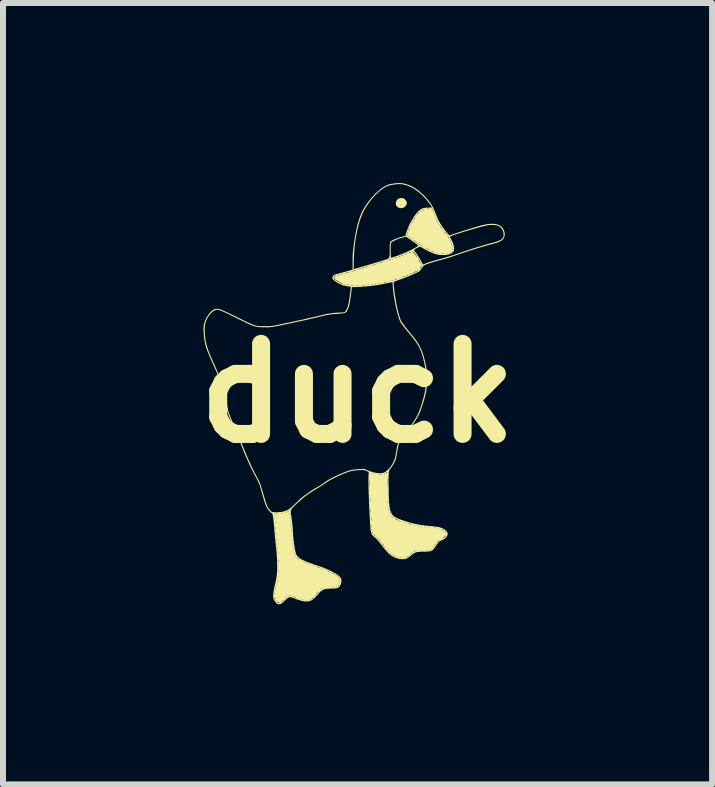
<source format=kicad_pcb>
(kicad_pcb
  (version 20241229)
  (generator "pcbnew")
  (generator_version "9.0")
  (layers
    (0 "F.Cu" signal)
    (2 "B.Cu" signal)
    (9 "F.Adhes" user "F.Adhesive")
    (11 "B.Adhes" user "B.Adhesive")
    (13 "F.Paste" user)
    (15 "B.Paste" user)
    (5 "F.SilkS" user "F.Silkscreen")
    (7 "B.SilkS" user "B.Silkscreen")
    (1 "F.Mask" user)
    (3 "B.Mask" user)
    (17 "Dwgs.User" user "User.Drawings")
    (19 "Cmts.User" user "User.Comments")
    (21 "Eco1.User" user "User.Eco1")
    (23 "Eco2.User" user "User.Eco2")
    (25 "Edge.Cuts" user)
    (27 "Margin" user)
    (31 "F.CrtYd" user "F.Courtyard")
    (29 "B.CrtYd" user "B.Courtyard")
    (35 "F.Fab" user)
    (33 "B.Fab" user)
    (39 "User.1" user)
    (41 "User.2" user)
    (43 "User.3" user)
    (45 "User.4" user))
  (footprint "duck"
    (layer "F.Cu")
    (at 2.907 3.501)
    (property "Reference" "duck" (at 0 0 0) (layer "F.SilkS") (effects (font (size 1.5 1.5) (thickness 0.3))))
    (attr board_only exclude_from_pos_files exclude_from_bom)
    (fp_poly (pts (xy 0.756 -3.25) (xy 0.774 -3.243) (xy 0.792 -3.228) (xy 0.797 -3.222) (xy 0.817 -3.194) (xy 0.823 -3.169) (xy 0.815 -3.142) (xy 0.809 -3.13) (xy 0.782 -3.1) (xy 0.749 -3.084) (xy 0.711 -3.083) (xy 0.683 -3.092) (xy 0.655 -3.112) (xy 0.639 -3.14) (xy 0.637 -3.173) (xy 0.639 -3.184) (xy 0.656 -3.219) (xy 0.682 -3.242) (xy 0.717 -3.251) (xy 0.73 -3.251)) (stroke (width 0) (type solid)) (fill yes) (layer "F.SilkS"))
    (fp_poly (pts (xy 0.738 -3.5) (xy 0.758 -3.497) (xy 0.845 -3.473) (xy 0.931 -3.433) (xy 1.014 -3.378) (xy 1.095 -3.307) (xy 1.152 -3.246) (xy 1.197 -3.192) (xy 1.233 -3.139) (xy 1.264 -3.082) (xy 1.293 -3.016) (xy 1.301 -2.994) (xy 1.324 -2.935) (xy 1.347 -2.886) (xy 1.37 -2.842) (xy 1.397 -2.798) (xy 1.432 -2.749) (xy 1.452 -2.722) (xy 1.483 -2.681) (xy 1.507 -2.653) (xy 1.523 -2.636) (xy 1.534 -2.629) (xy 1.536 -2.63) (xy 1.561 -2.639) (xy 1.599 -2.652) (xy 1.647 -2.668) (xy 1.703 -2.686) (xy 1.764 -2.705) (xy 1.828 -2.725) (xy 1.891 -2.745) (xy 1.952 -2.763) (xy 2.008 -2.78) (xy 2.057 -2.794) (xy 2.085 -2.801) (xy 2.156 -2.816) (xy 2.224 -2.823) (xy 2.285 -2.82) (xy 2.338 -2.809) (xy 2.379 -2.789) (xy 2.394 -2.778) (xy 2.424 -2.742) (xy 2.444 -2.7) (xy 2.453 -2.657) (xy 2.449 -2.615) (xy 2.434 -2.577) (xy 2.424 -2.565) (xy 2.407 -2.548) (xy 2.386 -2.534) (xy 2.357 -2.52) (xy 2.319 -2.506) (xy 2.27 -2.492) (xy 2.208 -2.475) (xy 2.192 -2.471) (xy 2.149 -2.46) (xy 2.094 -2.444) (xy 2.027 -2.424) (xy 1.953 -2.401) (xy 1.871 -2.375) (xy 1.785 -2.347) (xy 1.697 -2.317) (xy 1.608 -2.287) (xy 1.536 -2.263) (xy 1.514 -2.255) (xy 1.479 -2.245) (xy 1.437 -2.233) (xy 1.39 -2.22) (xy 1.359 -2.212) (xy 1.31 -2.198) (xy 1.259 -2.184) (xy 1.214 -2.17) (xy 1.177 -2.158) (xy 1.162 -2.152) (xy 1.129 -2.139) (xy 1.108 -2.128) (xy 1.093 -2.115) (xy 1.08 -2.099) (xy 1.073 -2.088) (xy 1.057 -2.063) (xy 1.04 -2.042) (xy 1.032 -2.033) (xy 1.017 -2.023) (xy 0.989 -2.009) (xy 0.952 -1.991) (xy 0.907 -1.972) (xy 0.858 -1.951) (xy 0.806 -1.93) (xy 0.755 -1.911) (xy 0.707 -1.894) (xy 0.7 -1.891) (xy 0.665 -1.879) (xy 0.635 -1.868) (xy 0.614 -1.859) (xy 0.605 -1.855) (xy 0.602 -1.843) (xy 0.602 -1.818) (xy 0.604 -1.782) (xy 0.609 -1.736) (xy 0.616 -1.684) (xy 0.624 -1.627) (xy 0.634 -1.567) (xy 0.644 -1.507) (xy 0.656 -1.449) (xy 0.667 -1.394) (xy 0.679 -1.346) (xy 0.685 -1.324) (xy 0.696 -1.286) (xy 0.709 -1.249) (xy 0.72 -1.219) (xy 0.723 -1.212) (xy 0.738 -1.186) (xy 0.763 -1.15) (xy 0.798 -1.103) (xy 0.843 -1.046) (xy 0.897 -0.98) (xy 0.927 -0.945) (xy 0.979 -0.877) (xy 1.024 -0.806) (xy 1.061 -0.731) (xy 1.093 -0.647) (xy 1.119 -0.554) (xy 1.141 -0.448) (xy 1.149 -0.404) (xy 1.155 -0.351) (xy 1.158 -0.288) (xy 1.158 -0.218) (xy 1.155 -0.145) (xy 1.149 -0.076) (xy 1.144 -0.036) (xy 1.137 0.003) (xy 1.125 0.052) (xy 1.109 0.109) (xy 1.091 0.168) (xy 1.072 0.227) (xy 1.054 0.281) (xy 1.036 0.326) (xy 1.023 0.355) (xy 0.995 0.406) (xy 0.96 0.464) (xy 0.921 0.524) (xy 0.881 0.582) (xy 0.842 0.635) (xy 0.806 0.678) (xy 0.8 0.685) (xy 0.758 0.732) (xy 0.727 0.773) (xy 0.704 0.811) (xy 0.687 0.851) (xy 0.675 0.897) (xy 0.664 0.953) (xy 0.66 0.98) (xy 0.654 1.019) (xy 0.647 1.058) (xy 0.64 1.089) (xy 0.637 1.1) (xy 0.623 1.137) (xy 0.601 1.178) (xy 0.577 1.218) (xy 0.552 1.251) (xy 0.546 1.258) (xy 0.537 1.269) (xy 0.53 1.283) (xy 0.525 1.301) (xy 0.521 1.326) (xy 0.518 1.358) (xy 0.517 1.4) (xy 0.516 1.453) (xy 0.517 1.519) (xy 0.518 1.58) (xy 0.519 1.669) (xy 0.521 1.743) (xy 0.524 1.805) (xy 0.528 1.856) (xy 0.534 1.897) (xy 0.54 1.932) (xy 0.548 1.961) (xy 0.558 1.985) (xy 0.559 1.988) (xy 0.573 2.014) (xy 0.59 2.036) (xy 0.612 2.055) (xy 0.641 2.073) (xy 0.68 2.091) (xy 0.73 2.11) (xy 0.793 2.131) (xy 0.799 2.133) (xy 0.877 2.157) (xy 0.954 2.176) (xy 1.033 2.192) (xy 1.119 2.204) (xy 1.216 2.214) (xy 1.235 2.216) (xy 1.276 2.22) (xy 1.315 2.225) (xy 1.346 2.229) (xy 1.364 2.233) (xy 1.412 2.25) (xy 1.452 2.272) (xy 1.482 2.298) (xy 1.5 2.326) (xy 1.5 2.328) (xy 1.502 2.357) (xy 1.489 2.386) (xy 1.465 2.414) (xy 1.431 2.438) (xy 1.396 2.453) (xy 1.372 2.464) (xy 1.353 2.478) (xy 1.348 2.483) (xy 1.338 2.498) (xy 1.322 2.521) (xy 1.304 2.549) (xy 1.302 2.552) (xy 1.28 2.584) (xy 1.26 2.607) (xy 1.239 2.623) (xy 1.214 2.633) (xy 1.182 2.638) (xy 1.138 2.64) (xy 1.105 2.64) (xy 1.051 2.641) (xy 1.009 2.644) (xy 0.975 2.651) (xy 0.947 2.663) (xy 0.92 2.681) (xy 0.89 2.706) (xy 0.883 2.711) (xy 0.841 2.743) (xy 0.796 2.761) (xy 0.746 2.766) (xy 0.697 2.761) (xy 0.649 2.749) (xy 0.628 2.741) (xy 0.703 2.741) (xy 0.714 2.742) (xy 0.716 2.742) (xy 0.729 2.742) (xy 0.757 2.742) (xy 0.768 2.743) (xy 0.78 2.741) (xy 0.778 2.739) (xy 0.762 2.738) (xy 0.758 2.739) (xy 0.757 2.742) (xy 0.729 2.742) (xy 0.73 2.742) (xy 0.731 2.739) (xy 0.73 2.739) (xy 0.714 2.737) (xy 0.706 2.738) (xy 0.703 2.741) (xy 0.628 2.741) (xy 0.61 2.734) (xy 0.668 2.734) (xy 0.676 2.735) (xy 0.686 2.734) (xy 0.686 2.731) (xy 0.683 2.731) (xy 0.803 2.731) (xy 0.804 2.735) (xy 0.808 2.736) (xy 0.815 2.733) (xy 0.814 2.731) (xy 0.804 2.73) (xy 0.803 2.731) (xy 0.683 2.731) (xy 0.675 2.729) (xy 0.671 2.731) (xy 0.668 2.734) (xy 0.61 2.734) (xy 0.606 2.733) (xy 0.589 2.723) (xy 0.643 2.723) (xy 0.644 2.727) (xy 0.648 2.728) (xy 0.653 2.726) (xy 0.825 2.726) (xy 0.828 2.728) (xy 0.83 2.728) (xy 0.841 2.722) (xy 0.849 2.714) (xy 0.856 2.705) (xy 0.852 2.706) (xy 0.844 2.712) (xy 0.831 2.722) (xy 0.825 2.726) (xy 0.653 2.726) (xy 0.655 2.725) (xy 0.654 2.723) (xy 0.644 2.722) (xy 0.643 2.723) (xy 0.589 2.723) (xy 0.567 2.71) (xy 0.564 2.708) (xy 0.603 2.708) (xy 0.608 2.712) (xy 0.623 2.719) (xy 0.628 2.72) (xy 0.63 2.716) (xy 0.624 2.712) (xy 0.61 2.705) (xy 0.604 2.704) (xy 0.603 2.708) (xy 0.564 2.708) (xy 0.542 2.69) (xy 0.577 2.69) (xy 0.579 2.695) (xy 0.587 2.703) (xy 0.592 2.702) (xy 0.592 2.7) (xy 0.587 2.694) (xy 0.586 2.693) (xy 0.873 2.693) (xy 0.875 2.696) (xy 0.875 2.696) (xy 0.881 2.691) (xy 0.894 2.677) (xy 0.901 2.67) (xy 0.924 2.645) (xy 0.93 2.645) (xy 0.933 2.645) (xy 0.944 2.639) (xy 0.96 2.631) (xy 0.968 2.627) (xy 0.97 2.623) (xy 0.962 2.624) (xy 0.951 2.63) (xy 0.94 2.636) (xy 0.93 2.645) (xy 0.924 2.645) (xy 0.924 2.644) (xy 0.898 2.667) (xy 0.88 2.685) (xy 0.873 2.693) (xy 0.586 2.693) (xy 0.583 2.691) (xy 0.577 2.69) (xy 0.542 2.69) (xy 0.528 2.679) (xy 0.501 2.652) (xy 0.532 2.652) (xy 0.547 2.67) (xy 0.562 2.685) (xy 0.568 2.687) (xy 0.568 2.685) (xy 0.563 2.679) (xy 0.55 2.667) (xy 0.532 2.652) (xy 0.501 2.652) (xy 0.487 2.638) (xy 0.445 2.588) (xy 0.468 2.588) (xy 0.492 2.614) (xy 0.509 2.632) (xy 0.518 2.64) (xy 0.52 2.638) (xy 0.52 2.637) (xy 0.515 2.631) (xy 0.502 2.619) (xy 0.979 2.619) (xy 0.98 2.623) (xy 0.984 2.624) (xy 0.991 2.621) (xy 0.991 2.62) (xy 1.146 2.62) (xy 1.156 2.622) (xy 1.164 2.622) (xy 1.181 2.621) (xy 1.185 2.62) (xy 1.182 2.619) (xy 1.163 2.617) (xy 1.15 2.618) (xy 1.146 2.62) (xy 0.991 2.62) (xy 0.99 2.619) (xy 0.98 2.618) (xy 0.979 2.619) (xy 0.502 2.619) (xy 0.501 2.618) (xy 0.495 2.612) (xy 1.032 2.612) (xy 1.036 2.616) (xy 1.038 2.614) (xy 1.06 2.614) (xy 1.068 2.615) (xy 1.078 2.614) (xy 1.078 2.611) (xy 1.21 2.611) (xy 1.211 2.616) (xy 1.216 2.616) (xy 1.227 2.61) (xy 1.228 2.608) (xy 1.227 2.604) (xy 1.221 2.605) (xy 1.21 2.611) (xy 1.078 2.611) (xy 1.078 2.611) (xy 1.067 2.609) (xy 1.063 2.611) (xy 1.06 2.614) (xy 1.038 2.614) (xy 1.04 2.612) (xy 1.036 2.608) (xy 1.032 2.612) (xy 0.495 2.612) (xy 0.494 2.611) (xy 0.477 2.596) (xy 1.24 2.596) (xy 1.244 2.6) (xy 1.248 2.596) (xy 1.244 2.592) (xy 1.24 2.596) (xy 0.477 2.596) (xy 0.468 2.588) (xy 0.445 2.588) (xy 0.443 2.585) (xy 0.425 2.562) (xy 0.449 2.562) (xy 0.451 2.567) (xy 0.459 2.575) (xy 0.464 2.574) (xy 0.464 2.573) (xy 1.256 2.573) (xy 1.26 2.575) (xy 1.271 2.565) (xy 1.273 2.562) (xy 1.28 2.553) (xy 1.276 2.555) (xy 1.27 2.559) (xy 1.259 2.569) (xy 1.256 2.573) (xy 0.464 2.573) (xy 0.464 2.572) (xy 0.458 2.566) (xy 0.455 2.563) (xy 0.449 2.562) (xy 0.425 2.562) (xy 0.408 2.54) (xy 0.377 2.5) (xy 0.409 2.5) (xy 0.412 2.508) (xy 0.42 2.522) (xy 0.431 2.538) (xy 0.441 2.549) (xy 0.445 2.552) (xy 0.443 2.546) (xy 0.44 2.54) (xy 1.283 2.54) (xy 1.284 2.544) (xy 1.29 2.538) (xy 1.296 2.528) (xy 1.302 2.516) (xy 1.301 2.512) (xy 1.295 2.518) (xy 1.288 2.528) (xy 1.283 2.54) (xy 0.44 2.54) (xy 0.435 2.531) (xy 0.43 2.525) (xy 0.419 2.508) (xy 0.411 2.5) (xy 0.409 2.5) (xy 0.377 2.5) (xy 0.377 2.5) (xy 1.304 2.5) (xy 1.308 2.504) (xy 1.312 2.5) (xy 1.308 2.496) (xy 1.304 2.5) (xy 0.377 2.5) (xy 0.376 2.498) (xy 0.356 2.474) (xy 0.385 2.474) (xy 0.387 2.479) (xy 0.395 2.487) (xy 0.4 2.486) (xy 0.4 2.485) (xy 1.313 2.485) (xy 1.315 2.488) (xy 1.315 2.488) (xy 1.321 2.483) (xy 1.334 2.469) (xy 1.341 2.462) (xy 1.364 2.436) (xy 1.368 2.436) (xy 1.372 2.44) (xy 1.376 2.436) (xy 1.372 2.432) (xy 1.368 2.436) (xy 1.364 2.436) (xy 1.338 2.459) (xy 1.32 2.477) (xy 1.313 2.485) (xy 0.4 2.485) (xy 0.4 2.484) (xy 0.394 2.478) (xy 0.391 2.475) (xy 0.385 2.474) (xy 0.356 2.474) (xy 0.344 2.46) (xy 0.316 2.429) (xy 0.294 2.408) (xy 0.29 2.404) (xy 0.267 2.387) (xy 0.25 2.37) (xy 0.237 2.351) (xy 0.233 2.34) (xy 0.252 2.34) (xy 0.271 2.362) (xy 0.287 2.379) (xy 0.295 2.384) (xy 0.296 2.381) (xy 0.295 2.38) (xy 0.3 2.38) (xy 0.34 2.422) (xy 0.362 2.445) (xy 0.376 2.458) (xy 0.382 2.463) (xy 0.384 2.462) (xy 0.384 2.462) (xy 0.379 2.456) (xy 0.365 2.441) (xy 0.351 2.428) (xy 1.392 2.428) (xy 1.396 2.432) (xy 1.4 2.428) (xy 1.396 2.424) (xy 1.392 2.428) (xy 0.351 2.428) (xy 0.345 2.422) (xy 0.342 2.42) (xy 0.341 2.418) (xy 1.425 2.418) (xy 1.429 2.418) (xy 1.445 2.406) (xy 1.463 2.389) (xy 1.464 2.389) (xy 1.477 2.373) (xy 1.48 2.367) (xy 1.474 2.37) (xy 1.459 2.381) (xy 1.445 2.395) (xy 1.43 2.41) (xy 1.425 2.418) (xy 0.341 2.418) (xy 0.3 2.38) (xy 0.295 2.38) (xy 0.291 2.375) (xy 0.277 2.362) (xy 0.274 2.359) (xy 0.252 2.34) (xy 0.233 2.34) (xy 0.228 2.329) (xy 0.227 2.324) (xy 0.242 2.324) (xy 0.244 2.327) (xy 0.251 2.336) (xy 0.253 2.33) (xy 0.251 2.324) (xy 0.245 2.315) (xy 0.242 2.315) (xy 0.242 2.324) (xy 0.227 2.324) (xy 0.221 2.3) (xy 0.218 2.276) (xy 0.232 2.276) (xy 0.236 2.28) (xy 0.24 2.276) (xy 0.24 2.276) (xy 1.413 2.276) (xy 1.421 2.284) (xy 1.436 2.294) (xy 1.439 2.294) (xy 1.438 2.292) (xy 1.444 2.292) (xy 1.46 2.31) (xy 1.474 2.325) (xy 1.48 2.327) (xy 1.48 2.325) (xy 1.475 2.319) (xy 1.462 2.307) (xy 1.444 2.292) (xy 1.438 2.292) (xy 1.432 2.284) (xy 1.42 2.274) (xy 1.414 2.272) (xy 1.413 2.276) (xy 0.24 2.276) (xy 0.236 2.272) (xy 0.232 2.276) (xy 0.218 2.276) (xy 0.217 2.268) (xy 1.392 2.268) (xy 1.396 2.272) (xy 1.4 2.268) (xy 1.396 2.264) (xy 1.392 2.268) (xy 0.217 2.268) (xy 0.216 2.262) (xy 0.216 2.26) (xy 1.368 2.26) (xy 1.372 2.264) (xy 1.376 2.26) (xy 1.372 2.256) (xy 1.368 2.26) (xy 0.216 2.26) (xy 0.215 2.251) (xy 1.331 2.251) (xy 1.332 2.255) (xy 1.336 2.256) (xy 1.343 2.253) (xy 1.342 2.251) (xy 1.332 2.25) (xy 1.331 2.251) (xy 0.215 2.251) (xy 0.214 2.245) (xy 1.272 2.245) (xy 1.283 2.246) (xy 1.288 2.246) (xy 1.303 2.245) (xy 1.305 2.243) (xy 1.302 2.242) (xy 1.282 2.241) (xy 1.274 2.242) (xy 1.272 2.245) (xy 0.214 2.245) (xy 0.212 2.216) (xy 0.234 2.216) (xy 0.235 2.233) (xy 0.236 2.238) (xy 0.237 2.238) (xy 1.181 2.238) (xy 1.192 2.239) (xy 1.204 2.237) (xy 1.202 2.235) (xy 1.186 2.234) (xy 1.182 2.235) (xy 1.181 2.238) (xy 0.237 2.238) (xy 0.238 2.234) (xy 0.238 2.23) (xy 1.109 2.23) (xy 1.12 2.231) (xy 1.132 2.229) (xy 1.13 2.227) (xy 1.114 2.226) (xy 1.11 2.227) (xy 1.109 2.23) (xy 0.238 2.23) (xy 0.238 2.222) (xy 1.053 2.222) (xy 1.064 2.223) (xy 1.076 2.221) (xy 1.074 2.219) (xy 1.058 2.218) (xy 1.054 2.219) (xy 1.053 2.222) (xy 0.238 2.222) (xy 0.239 2.213) (xy 0.999 2.213) (xy 1.01 2.214) (xy 1.012 2.214) (xy 1.026 2.214) (xy 1.027 2.211) (xy 1.026 2.211) (xy 1.011 2.209) (xy 1.002 2.21) (xy 0.999 2.213) (xy 0.239 2.213) (xy 0.239 2.211) (xy 0.239 2.206) (xy 0.948 2.206) (xy 0.956 2.207) (xy 0.966 2.206) (xy 0.966 2.203) (xy 0.955 2.201) (xy 0.951 2.203) (xy 0.948 2.206) (xy 0.239 2.206) (xy 0.238 2.198) (xy 0.236 2.195) (xy 0.923 2.195) (xy 0.924 2.199) (xy 0.928 2.2) (xy 0.935 2.197) (xy 0.934 2.195) (xy 0.924 2.194) (xy 0.923 2.195) (xy 0.236 2.195) (xy 0.236 2.194) (xy 0.234 2.204) (xy 0.234 2.216) (xy 0.212 2.216) (xy 0.212 2.212) (xy 0.209 2.172) (xy 0.844 2.172) (xy 0.856 2.178) (xy 0.86 2.18) (xy 0.881 2.188) (xy 0.896 2.191) (xy 0.896 2.191) (xy 0.898 2.189) (xy 0.886 2.183) (xy 0.88 2.18) (xy 0.858 2.172) (xy 0.846 2.17) (xy 0.844 2.172) (xy 0.209 2.172) (xy 0.209 2.164) (xy 0.816 2.164) (xy 0.82 2.168) (xy 0.824 2.164) (xy 0.82 2.16) (xy 0.816 2.164) (xy 0.209 2.164) (xy 0.208 2.16) (xy 0.208 2.156) (xy 0.792 2.156) (xy 0.796 2.16) (xy 0.8 2.156) (xy 0.796 2.152) (xy 0.792 2.156) (xy 0.208 2.156) (xy 0.208 2.147) (xy 0.763 2.147) (xy 0.764 2.151) (xy 0.768 2.152) (xy 0.775 2.149) (xy 0.774 2.147) (xy 0.764 2.146) (xy 0.763 2.147) (xy 0.208 2.147) (xy 0.207 2.14) (xy 0.736 2.14) (xy 0.74 2.144) (xy 0.744 2.14) (xy 0.74 2.136) (xy 0.736 2.14) (xy 0.207 2.14) (xy 0.207 2.131) (xy 0.715 2.131) (xy 0.716 2.135) (xy 0.72 2.136) (xy 0.727 2.133) (xy 0.726 2.131) (xy 0.716 2.13) (xy 0.715 2.131) (xy 0.207 2.131) (xy 0.205 2.096) (xy 0.227 2.096) (xy 0.227 2.118) (xy 0.228 2.128) (xy 0.23 2.124) (xy 0.23 2.123) (xy 0.691 2.123) (xy 0.692 2.127) (xy 0.696 2.128) (xy 0.703 2.125) (xy 0.702 2.123) (xy 0.692 2.122) (xy 0.691 2.123) (xy 0.23 2.123) (xy 0.23 2.122) (xy 0.231 2.094) (xy 0.231 2.092) (xy 0.624 2.092) (xy 0.631 2.098) (xy 0.645 2.107) (xy 0.662 2.115) (xy 0.675 2.12) (xy 0.676 2.12) (xy 0.68 2.118) (xy 0.68 2.117) (xy 0.669 2.11) (xy 0.653 2.102) (xy 0.637 2.095) (xy 0.626 2.091) (xy 0.624 2.092) (xy 0.231 2.092) (xy 0.231 2.084) (xy 0.608 2.084) (xy 0.612 2.088) (xy 0.616 2.084) (xy 0.612 2.08) (xy 0.608 2.084) (xy 0.231 2.084) (xy 0.23 2.07) (xy 0.228 2.064) (xy 0.227 2.072) (xy 0.227 2.093) (xy 0.227 2.096) (xy 0.205 2.096) (xy 0.204 2.075) (xy 0.201 2.028) (xy 0.548 2.028) (xy 0.572 2.054) (xy 0.589 2.072) (xy 0.598 2.08) (xy 0.6 2.078) (xy 0.6 2.077) (xy 0.595 2.071) (xy 0.581 2.058) (xy 0.574 2.051) (xy 0.548 2.028) (xy 0.201 2.028) (xy 0.201 2.02) (xy 0.544 2.02) (xy 0.548 2.024) (xy 0.552 2.02) (xy 0.548 2.016) (xy 0.544 2.02) (xy 0.201 2.02) (xy 0.199 1.996) (xy 0.53 1.996) (xy 0.532 1.999) (xy 0.539 2.008) (xy 0.541 2.002) (xy 0.539 1.996) (xy 0.533 1.987) (xy 0.53 1.987) (xy 0.53 1.996) (xy 0.199 1.996) (xy 0.199 1.987) (xy 0.198 1.96) (xy 0.219 1.96) (xy 0.219 1.982) (xy 0.22 1.992) (xy 0.222 1.988) (xy 0.222 1.986) (xy 0.223 1.972) (xy 0.52 1.972) (xy 0.524 1.976) (xy 0.528 1.972) (xy 0.524 1.968) (xy 0.52 1.972) (xy 0.223 1.972) (xy 0.223 1.958) (xy 0.222 1.939) (xy 0.513 1.939) (xy 0.514 1.95) (xy 0.517 1.95) (xy 0.519 1.939) (xy 0.518 1.935) (xy 0.514 1.931) (xy 0.513 1.939) (xy 0.222 1.939) (xy 0.222 1.934) (xy 0.22 1.928) (xy 0.219 1.936) (xy 0.219 1.957) (xy 0.219 1.96) (xy 0.198 1.96) (xy 0.195 1.899) (xy 0.505 1.899) (xy 0.506 1.91) (xy 0.509 1.91) (xy 0.511 1.899) (xy 0.51 1.895) (xy 0.506 1.891) (xy 0.505 1.899) (xy 0.195 1.899) (xy 0.195 1.898) (xy 0.191 1.812) (xy 0.498 1.812) (xy 0.499 1.828) (xy 0.501 1.833) (xy 0.502 1.83) (xy 0.503 1.811) (xy 0.502 1.798) (xy 0.5 1.794) (xy 0.498 1.803) (xy 0.498 1.812) (xy 0.191 1.812) (xy 0.191 1.809) (xy 0.19 1.772) (xy 0.211 1.772) (xy 0.211 1.795) (xy 0.212 1.807) (xy 0.213 1.805) (xy 0.214 1.802) (xy 0.215 1.776) (xy 0.214 1.747) (xy 0.214 1.746) (xy 0.212 1.739) (xy 0.211 1.745) (xy 0.211 1.765) (xy 0.211 1.772) (xy 0.19 1.772) (xy 0.188 1.724) (xy 0.187 1.7) (xy 0.208 1.7) (xy 0.212 1.704) (xy 0.216 1.7) (xy 0.488 1.7) (xy 0.492 1.704) (xy 0.496 1.7) (xy 0.492 1.696) (xy 0.488 1.7) (xy 0.216 1.7) (xy 0.212 1.696) (xy 0.208 1.7) (xy 0.187 1.7) (xy 0.185 1.644) (xy 0.185 1.636) (xy 0.488 1.636) (xy 0.492 1.64) (xy 0.496 1.636) (xy 0.492 1.632) (xy 0.488 1.636) (xy 0.185 1.636) (xy 0.183 1.571) (xy 0.182 1.507) (xy 0.182 1.496) (xy 0.203 1.496) (xy 0.203 1.529) (xy 0.204 1.55) (xy 0.205 1.558) (xy 0.206 1.551) (xy 0.206 1.546) (xy 0.207 1.508) (xy 0.207 1.48) (xy 0.491 1.48) (xy 0.492 1.52) (xy 0.492 1.548) (xy 0.492 1.564) (xy 0.493 1.565) (xy 0.494 1.553) (xy 0.494 1.55) (xy 0.495 1.506) (xy 0.495 1.456) (xy 0.494 1.411) (xy 0.494 1.41) (xy 0.493 1.395) (xy 0.493 1.395) (xy 0.492 1.409) (xy 0.492 1.436) (xy 0.491 1.475) (xy 0.491 1.48) (xy 0.207 1.48) (xy 0.207 1.466) (xy 0.206 1.446) (xy 0.205 1.435) (xy 0.204 1.438) (xy 0.203 1.455) (xy 0.203 1.484) (xy 0.203 1.496) (xy 0.182 1.496) (xy 0.181 1.454) (xy 0.182 1.414) (xy 0.182 1.402) (xy 0.184 1.356) (xy 0.344 1.356) (xy 0.352 1.357) (xy 0.373 1.357) (xy 0.376 1.357) (xy 0.398 1.357) (xy 0.408 1.356) (xy 0.404 1.354) (xy 0.402 1.354) (xy 0.374 1.353) (xy 0.35 1.354) (xy 0.344 1.356) (xy 0.184 1.356) (xy 0.184 1.35) (xy 0.268 1.35) (xy 0.275 1.351) (xy 0.286 1.35) (xy 0.286 1.347) (xy 0.441 1.347) (xy 0.443 1.352) (xy 0.448 1.352) (xy 0.459 1.346) (xy 0.46 1.344) (xy 0.459 1.34) (xy 0.453 1.341) (xy 0.441 1.347) (xy 0.286 1.347) (xy 0.286 1.347) (xy 0.275 1.345) (xy 0.271 1.347) (xy 0.268 1.35) (xy 0.184 1.35) (xy 0.185 1.339) (xy 0.243 1.339) (xy 0.244 1.343) (xy 0.248 1.344) (xy 0.255 1.341) (xy 0.253 1.339) (xy 0.244 1.338) (xy 0.243 1.339) (xy 0.185 1.339) (xy 0.185 1.331) (xy 0.211 1.331) (xy 0.212 1.335) (xy 0.216 1.336) (xy 0.223 1.333) (xy 0.221 1.331) (xy 0.212 1.33) (xy 0.211 1.331) (xy 0.185 1.331) (xy 0.186 1.312) (xy 0.147 1.295) (xy 0.129 1.288) (xy 0.112 1.284) (xy 0.092 1.281) (xy 0.065 1.281) (xy 0.027 1.283) (xy 0.01 1.284) (xy -0.032 1.286) (xy -0.069 1.291) (xy -0.104 1.297) (xy -0.14 1.307) (xy -0.18 1.321) (xy -0.229 1.34) (xy -0.284 1.364) (xy -0.381 1.408) (xy -0.463 1.451) (xy -0.53 1.495) (xy -0.54 1.502) (xy -0.572 1.524) (xy -0.61 1.549) (xy -0.644 1.57) (xy -0.729 1.62) (xy -0.802 1.668) (xy -0.867 1.714) (xy -0.927 1.762) (xy -0.985 1.814) (xy -1.008 1.836) (xy -1.046 1.872) (xy -1.074 1.899) (xy -1.094 1.922) (xy -1.106 1.942) (xy -1.112 1.963) (xy -1.113 1.988) (xy -1.109 2.02) (xy -1.102 2.063) (xy -1.096 2.1) (xy -1.09 2.146) (xy -1.084 2.201) (xy -1.08 2.258) (xy -1.076 2.312) (xy -1.076 2.316) (xy -1.073 2.369) (xy -1.068 2.425) (xy -1.061 2.483) (xy -1.053 2.539) (xy -1.045 2.591) (xy -1.036 2.635) (xy -1.028 2.668) (xy -1.021 2.687) (xy -1.005 2.711) (xy -0.984 2.734) (xy -0.954 2.756) (xy -0.916 2.778) (xy -0.868 2.8) (xy -0.808 2.824) (xy -0.735 2.85) (xy -0.652 2.878) (xy -0.579 2.903) (xy -0.51 2.931) (xy -0.446 2.961) (xy -0.389 2.991) (xy -0.341 3.021) (xy -0.304 3.049) (xy -0.28 3.075) (xy -0.272 3.088) (xy -0.268 3.114) (xy -0.27 3.147) (xy -0.279 3.182) (xy -0.293 3.212) (xy -0.293 3.213) (xy -0.308 3.23) (xy -0.325 3.242) (xy -0.35 3.25) (xy -0.384 3.254) (xy -0.43 3.256) (xy -0.442 3.256) (xy -0.498 3.258) (xy -0.541 3.264) (xy -0.577 3.277) (xy -0.61 3.298) (xy -0.642 3.33) (xy -0.675 3.368) (xy -0.712 3.409) (xy -0.748 3.44) (xy -0.785 3.46) (xy -0.826 3.47) (xy -0.872 3.471) (xy -0.925 3.461) (xy -0.962 3.451) (xy -0.854 3.451) (xy -0.853 3.455) (xy -0.848 3.456) (xy -0.842 3.453) (xy -0.843 3.451) (xy -0.852 3.45) (xy -0.854 3.451) (xy -0.962 3.451) (xy -0.979 3.446) (xy -0.907 3.446) (xy -0.896 3.447) (xy -0.885 3.445) (xy -0.886 3.443) (xy -0.887 3.443) (xy -0.806 3.443) (xy -0.804 3.447) (xy -0.8 3.448) (xy -0.794 3.445) (xy -0.795 3.443) (xy -0.804 3.442) (xy -0.806 3.443) (xy -0.887 3.443) (xy -0.903 3.442) (xy -0.906 3.443) (xy -0.907 3.446) (xy -0.979 3.446) (xy -0.988 3.443) (xy -1.01 3.435) (xy -0.934 3.435) (xy -0.933 3.439) (xy -0.928 3.44) (xy -0.922 3.437) (xy -0.922 3.436) (xy -0.784 3.436) (xy -0.78 3.44) (xy -0.776 3.436) (xy -0.78 3.432) (xy -0.784 3.436) (xy -0.922 3.436) (xy -0.923 3.435) (xy -0.932 3.434) (xy -0.934 3.435) (xy -1.01 3.435) (xy -1.032 3.427) (xy -0.966 3.427) (xy -0.965 3.431) (xy -0.96 3.432) (xy -0.956 3.43) (xy -0.768 3.43) (xy -0.765 3.432) (xy -0.763 3.432) (xy -0.753 3.426) (xy -0.738 3.413) (xy -0.736 3.41) (xy -0.716 3.388) (xy -0.74 3.408) (xy -0.756 3.421) (xy -0.767 3.429) (xy -0.768 3.43) (xy -0.956 3.43) (xy -0.954 3.429) (xy -0.955 3.427) (xy -0.964 3.426) (xy -0.966 3.427) (xy -1.032 3.427) (xy -1.053 3.419) (xy -0.99 3.419) (xy -0.989 3.423) (xy -0.984 3.424) (xy -0.978 3.421) (xy -0.979 3.419) (xy -0.988 3.418) (xy -0.99 3.419) (xy -1.053 3.419) (xy -1.059 3.417) (xy -1.076 3.411) (xy -1.014 3.411) (xy -1.013 3.415) (xy -1.008 3.416) (xy -1.002 3.413) (xy -1.003 3.411) (xy -1.012 3.41) (xy -1.014 3.411) (xy -1.076 3.411) (xy -1.095 3.404) (xy -1.123 3.398) (xy -1.137 3.398) (xy -1.151 3.405) (xy -1.173 3.421) (xy -1.198 3.443) (xy -1.214 3.457) (xy -1.239 3.481) (xy -1.261 3.499) (xy -1.276 3.51) (xy -1.282 3.512) (xy -1.298 3.514) (xy -1.311 3.517) (xy -1.324 3.517) (xy -1.339 3.509) (xy -1.36 3.49) (xy -1.36 3.489) (xy -1.34 3.489) (xy -1.34 3.489) (xy -1.331 3.494) (xy -1.316 3.496) (xy -1.302 3.496) (xy -1.296 3.493) (xy -1.303 3.49) (xy -1.32 3.486) (xy -1.32 3.486) (xy -1.324 3.486) (xy -1.279 3.486) (xy -1.274 3.485) (xy -1.268 3.482) (xy -1.252 3.47) (xy -1.234 3.453) (xy -1.232 3.451) (xy -1.212 3.428) (xy -1.24 3.452) (xy -1.263 3.472) (xy -1.275 3.482) (xy -1.279 3.486) (xy -1.324 3.486) (xy -1.335 3.486) (xy -1.34 3.489) (xy -1.36 3.489) (xy -1.36 3.489) (xy -1.381 3.464) (xy -1.39 3.448) (xy -1.368 3.448) (xy -1.366 3.452) (xy -1.361 3.458) (xy -1.35 3.47) (xy -1.345 3.47) (xy -1.344 3.469) (xy -1.35 3.462) (xy -1.358 3.455) (xy -1.368 3.448) (xy -1.39 3.448) (xy -1.395 3.438) (xy -1.404 3.408) (xy -1.404 3.405) (xy -1.384 3.405) (xy -1.382 3.419) (xy -1.377 3.432) (xy -1.372 3.438) (xy -1.371 3.438) (xy -1.371 3.429) (xy -1.376 3.415) (xy -1.378 3.411) (xy -1.207 3.411) (xy -1.207 3.416) (xy -1.205 3.416) (xy -1.199 3.411) (xy -1.191 3.402) (xy -1.187 3.396) (xy -1.054 3.396) (xy -1.048 3.4) (xy -1.034 3.407) (xy -1.028 3.408) (xy -1.027 3.404) (xy -1.032 3.4) (xy -1.047 3.393) (xy -1.052 3.392) (xy -1.054 3.396) (xy -1.187 3.396) (xy -1.184 3.393) (xy -1.189 3.395) (xy -1.194 3.399) (xy -1.207 3.411) (xy -1.378 3.411) (xy -1.381 3.404) (xy -1.384 3.405) (xy -1.404 3.405) (xy -1.406 3.38) (xy -1.168 3.38) (xy -1.164 3.384) (xy -1.16 3.38) (xy -1.162 3.378) (xy -1.095 3.378) (xy -1.088 3.382) (xy -1.084 3.384) (xy -1.069 3.39) (xy -1.065 3.39) (xy -1.068 3.384) (xy -1.073 3.381) (xy -0.72 3.381) (xy -0.716 3.383) (xy -0.706 3.373) (xy -0.703 3.37) (xy -0.696 3.361) (xy -0.7 3.363) (xy -0.706 3.367) (xy -0.717 3.377) (xy -0.72 3.381) (xy -1.073 3.381) (xy -1.08 3.377) (xy -1.087 3.377) (xy -1.095 3.378) (xy -1.162 3.378) (xy -1.164 3.376) (xy -1.168 3.38) (xy -1.406 3.38) (xy -1.406 3.373) (xy -1.406 3.373) (xy -1.145 3.373) (xy -1.134 3.374) (xy -1.128 3.374) (xy -1.114 3.373) (xy -1.112 3.371) (xy -1.114 3.37) (xy -1.135 3.369) (xy -1.142 3.37) (xy -1.145 3.373) (xy -1.406 3.373) (xy -1.405 3.349) (xy -0.692 3.349) (xy -0.69 3.349) (xy -0.68 3.339) (xy -0.666 3.322) (xy -0.664 3.32) (xy -0.653 3.302) (xy -0.651 3.297) (xy -0.657 3.302) (xy -0.67 3.317) (xy -0.677 3.325) (xy -0.688 3.341) (xy -0.692 3.349) (xy -1.405 3.349) (xy -1.403 3.332) (xy -1.383 3.332) (xy -1.382 3.346) (xy -1.38 3.347) (xy -1.379 3.346) (xy -1.378 3.33) (xy -1.379 3.322) (xy -1.381 3.319) (xy -1.383 3.33) (xy -1.383 3.332) (xy -1.403 3.332) (xy -1.403 3.329) (xy -1.395 3.28) (xy -1.375 3.28) (xy -1.374 3.291) (xy -1.371 3.29) (xy -1.37 3.279) (xy -0.622 3.279) (xy -0.621 3.28) (xy -0.614 3.274) (xy -0.612 3.272) (xy -0.61 3.265) (xy -0.611 3.264) (xy -0.619 3.27) (xy -0.62 3.272) (xy -0.622 3.279) (xy -1.37 3.279) (xy -1.37 3.274) (xy -1.371 3.27) (xy -1.374 3.269) (xy -1.375 3.28) (xy -1.395 3.28) (xy -1.395 3.276) (xy -1.391 3.26) (xy -0.6 3.26) (xy -0.596 3.264) (xy -0.592 3.26) (xy -0.596 3.256) (xy -0.6 3.26) (xy -1.391 3.26) (xy -1.39 3.252) (xy -0.584 3.252) (xy -0.58 3.256) (xy -0.576 3.252) (xy -0.58 3.248) (xy -0.584 3.252) (xy -1.39 3.252) (xy -1.386 3.235) (xy -1.368 3.235) (xy -1.366 3.246) (xy -1.364 3.246) (xy -1.363 3.244) (xy -0.568 3.244) (xy -0.564 3.248) (xy -0.56 3.244) (xy -0.564 3.24) (xy -0.568 3.244) (xy -1.363 3.244) (xy -1.362 3.235) (xy -1.362 3.235) (xy -0.542 3.235) (xy -0.54 3.239) (xy -0.536 3.24) (xy -0.53 3.237) (xy -0.53 3.237) (xy -0.425 3.237) (xy -0.414 3.238) (xy -0.408 3.238) (xy -0.394 3.237) (xy -0.392 3.235) (xy -0.394 3.234) (xy -0.414 3.233) (xy -0.422 3.234) (xy -0.425 3.237) (xy -0.53 3.237) (xy -0.531 3.235) (xy -0.54 3.234) (xy -0.542 3.235) (xy -1.362 3.235) (xy -1.363 3.231) (xy -1.366 3.228) (xy -0.352 3.228) (xy -0.348 3.232) (xy -0.344 3.228) (xy -0.348 3.224) (xy -0.335 3.224) (xy -0.327 3.219) (xy -0.316 3.208) (xy -0.307 3.196) (xy -0.306 3.192) (xy -0.313 3.197) (xy -0.324 3.208) (xy -0.333 3.22) (xy -0.335 3.224) (xy -0.348 3.224) (xy -0.352 3.228) (xy -1.366 3.228) (xy -1.367 3.227) (xy -1.368 3.235) (xy -1.386 3.235) (xy -1.381 3.21) (xy -1.38 3.208) (xy -1.36 3.208) (xy -1.358 3.215) (xy -1.355 3.213) (xy -1.354 3.204) (xy -1.355 3.203) (xy -1.36 3.204) (xy -1.36 3.208) (xy -1.38 3.208) (xy -1.377 3.193) (xy -1.373 3.176) (xy -1.352 3.176) (xy -1.349 3.183) (xy -1.347 3.181) (xy -1.346 3.172) (xy -0.304 3.172) (xy -0.3 3.176) (xy -0.296 3.172) (xy -0.3 3.168) (xy -0.304 3.172) (xy -1.346 3.172) (xy -1.346 3.172) (xy -1.347 3.171) (xy -1.352 3.172) (xy -1.352 3.176) (xy -1.373 3.176) (xy -1.366 3.145) (xy -1.365 3.139) (xy -1.344 3.139) (xy -1.342 3.15) (xy -1.34 3.15) (xy -1.338 3.139) (xy -1.339 3.136) (xy -0.295 3.136) (xy -0.294 3.147) (xy -0.291 3.146) (xy -0.29 3.13) (xy -0.291 3.126) (xy -0.294 3.125) (xy -0.295 3.136) (xy -1.339 3.136) (xy -1.339 3.135) (xy -1.343 3.131) (xy -1.344 3.139) (xy -1.365 3.139) (xy -1.358 3.104) (xy -1.335 3.104) (xy -1.334 3.115) (xy -1.331 3.114) (xy -1.33 3.104) (xy -0.296 3.104) (xy -0.293 3.111) (xy -0.291 3.109) (xy -0.29 3.1) (xy -0.291 3.099) (xy -0.296 3.1) (xy -0.296 3.104) (xy -1.33 3.104) (xy -1.33 3.098) (xy -1.331 3.094) (xy -1.334 3.093) (xy -1.335 3.104) (xy -1.358 3.104) (xy -1.356 3.093) (xy -1.349 3.051) (xy -1.328 3.051) (xy -1.326 3.062) (xy -1.324 3.062) (xy -1.322 3.051) (xy -1.323 3.046) (xy -1.327 3.043) (xy -1.328 3.051) (xy -1.349 3.051) (xy -1.348 3.045) (xy -1.345 3.024) (xy -0.368 3.024) (xy -0.366 3.028) (xy -0.361 3.034) (xy -0.349 3.046) (xy -0.344 3.046) (xy -0.344 3.045) (xy -0.345 3.044) (xy -0.34 3.044) (xy -0.321 3.066) (xy -0.305 3.083) (xy -0.297 3.088) (xy -0.296 3.085) (xy -0.301 3.079) (xy -0.315 3.066) (xy -0.318 3.063) (xy -0.34 3.044) (xy -0.345 3.044) (xy -0.35 3.038) (xy -0.358 3.031) (xy -0.368 3.024) (xy -1.345 3.024) (xy -1.345 3.02) (xy -0.384 3.02) (xy -0.38 3.024) (xy -0.376 3.02) (xy -0.38 3.016) (xy -0.384 3.02) (xy -1.345 3.02) (xy -1.344 3.012) (xy -1.343 2.996) (xy -0.428 2.996) (xy -0.417 3.004) (xy -0.416 3.004) (xy -0.398 3.013) (xy -0.392 3.015) (xy -0.398 3.008) (xy -0.404 3.004) (xy -0.419 2.995) (xy -0.428 2.992) (xy -0.428 2.996) (xy -1.343 2.996) (xy -1.341 2.968) (xy -1.319 2.968) (xy -1.318 2.983) (xy -1.316 2.984) (xy -1.315 2.982) (xy -1.314 2.964) (xy -0.492 2.964) (xy -0.481 2.972) (xy -0.48 2.972) (xy -0.462 2.981) (xy -0.456 2.983) (xy -0.462 2.976) (xy -0.468 2.972) (xy -0.483 2.963) (xy -0.492 2.96) (xy -0.492 2.964) (xy -1.314 2.964) (xy -1.314 2.962) (xy -1.315 2.956) (xy -0.512 2.956) (xy -0.508 2.96) (xy -0.504 2.956) (xy -0.508 2.952) (xy -0.512 2.956) (xy -1.315 2.956) (xy -1.315 2.954) (xy -1.317 2.952) (xy -1.318 2.963) (xy -1.319 2.968) (xy -1.341 2.968) (xy -1.34 2.954) (xy -1.34 2.948) (xy -0.528 2.948) (xy -0.524 2.952) (xy -0.52 2.948) (xy -0.524 2.944) (xy -0.528 2.948) (xy -1.34 2.948) (xy -1.339 2.94) (xy -0.544 2.94) (xy -0.54 2.944) (xy -0.536 2.94) (xy -0.54 2.936) (xy -0.544 2.94) (xy -1.339 2.94) (xy -1.339 2.931) (xy -0.566 2.931) (xy -0.564 2.935) (xy -0.56 2.936) (xy -0.554 2.933) (xy -0.555 2.931) (xy -0.564 2.93) (xy -0.566 2.931) (xy -1.339 2.931) (xy -1.339 2.923) (xy -0.59 2.923) (xy -0.588 2.927) (xy -0.584 2.928) (xy -0.578 2.925) (xy -0.579 2.923) (xy -0.588 2.922) (xy -0.59 2.923) (xy -1.339 2.923) (xy -1.339 2.915) (xy -0.614 2.915) (xy -0.612 2.919) (xy -0.608 2.92) (xy -0.602 2.917) (xy -0.603 2.915) (xy -0.612 2.914) (xy -0.614 2.915) (xy -1.339 2.915) (xy -1.339 2.899) (xy -0.669 2.899) (xy -0.66 2.904) (xy -0.643 2.91) (xy -0.634 2.911) (xy -0.637 2.906) (xy -0.64 2.904) (xy -0.657 2.897) (xy -0.664 2.897) (xy -0.669 2.899) (xy -1.339 2.899) (xy -1.339 2.891) (xy -0.694 2.891) (xy -0.692 2.895) (xy -0.688 2.896) (xy -0.682 2.893) (xy -0.683 2.891) (xy -0.692 2.89) (xy -0.694 2.891) (xy -1.339 2.891) (xy -1.339 2.884) (xy -1.339 2.883) (xy -0.718 2.883) (xy -0.716 2.887) (xy -0.712 2.888) (xy -0.706 2.885) (xy -0.707 2.883) (xy -0.716 2.882) (xy -0.718 2.883) (xy -1.339 2.883) (xy -1.339 2.876) (xy -0.736 2.876) (xy -0.732 2.88) (xy -0.728 2.876) (xy -0.732 2.872) (xy -0.736 2.876) (xy -1.339 2.876) (xy -1.339 2.868) (xy -0.76 2.868) (xy -0.756 2.872) (xy -0.752 2.868) (xy -0.756 2.864) (xy -0.76 2.868) (xy -1.339 2.868) (xy -1.339 2.86) (xy -0.784 2.86) (xy -0.78 2.864) (xy -0.776 2.86) (xy -0.78 2.856) (xy -0.784 2.86) (xy -1.339 2.86) (xy -1.339 2.852) (xy -0.808 2.852) (xy -0.804 2.856) (xy -0.8 2.852) (xy -0.804 2.848) (xy -0.808 2.852) (xy -1.339 2.852) (xy -1.339 2.843) (xy -0.83 2.843) (xy -0.828 2.847) (xy -0.824 2.848) (xy -0.818 2.845) (xy -0.819 2.843) (xy -0.828 2.842) (xy -0.83 2.843) (xy -1.339 2.843) (xy -1.34 2.836) (xy -0.848 2.836) (xy -0.844 2.84) (xy -0.84 2.836) (xy -0.844 2.832) (xy -0.848 2.836) (xy -1.34 2.836) (xy -1.34 2.827) (xy -0.87 2.827) (xy -0.869 2.831) (xy -0.864 2.832) (xy -0.858 2.829) (xy -0.859 2.827) (xy -0.868 2.826) (xy -0.87 2.827) (xy -1.34 2.827) (xy -1.34 2.804) (xy -1.341 2.792) (xy -1.318 2.792) (xy -1.317 2.814) (xy -1.316 2.824) (xy -1.315 2.82) (xy -1.315 2.819) (xy -0.894 2.819) (xy -0.893 2.823) (xy -0.888 2.824) (xy -0.882 2.821) (xy -0.883 2.819) (xy -0.892 2.818) (xy -0.894 2.819) (xy -1.315 2.819) (xy -1.315 2.818) (xy -1.314 2.812) (xy -0.912 2.812) (xy -0.908 2.816) (xy -0.904 2.812) (xy -0.908 2.808) (xy -0.912 2.812) (xy -1.314 2.812) (xy -1.314 2.804) (xy -0.928 2.804) (xy -0.924 2.808) (xy -0.92 2.804) (xy -0.924 2.8) (xy -0.928 2.804) (xy -1.314 2.804) (xy -1.313 2.79) (xy -1.314 2.77) (xy -0.975 2.77) (xy -0.973 2.775) (xy -0.965 2.783) (xy -0.96 2.782) (xy -0.96 2.78) (xy -0.966 2.774) (xy -0.97 2.771) (xy -0.975 2.77) (xy -1.314 2.77) (xy -1.315 2.766) (xy -1.316 2.76) (xy -1.317 2.768) (xy -1.318 2.789) (xy -1.318 2.792) (xy -1.341 2.792) (xy -1.344 2.724) (xy -1.028 2.724) (xy -1.009 2.746) (xy -0.993 2.763) (xy -0.986 2.768) (xy -0.984 2.765) (xy -0.99 2.759) (xy -1.003 2.746) (xy -1.006 2.743) (xy -1.028 2.724) (xy -1.344 2.724) (xy -1.345 2.716) (xy -1.346 2.706) (xy -1.039 2.706) (xy -1.037 2.711) (xy -1.029 2.719) (xy -1.024 2.718) (xy -1.024 2.716) (xy -1.03 2.71) (xy -1.034 2.707) (xy -1.039 2.706) (xy -1.346 2.706) (xy -1.347 2.692) (xy -1.048 2.692) (xy -1.044 2.696) (xy -1.04 2.692) (xy -1.044 2.688) (xy -1.048 2.692) (xy -1.347 2.692) (xy -1.348 2.672) (xy -1.056 2.672) (xy -1.053 2.679) (xy -1.051 2.677) (xy -1.05 2.668) (xy -1.051 2.667) (xy -1.056 2.668) (xy -1.056 2.672) (xy -1.348 2.672) (xy -1.35 2.652) (xy -1.327 2.652) (xy -1.326 2.666) (xy -1.323 2.667) (xy -1.323 2.666) (xy -1.322 2.65) (xy -1.323 2.643) (xy -1.064 2.643) (xy -1.062 2.654) (xy -1.06 2.654) (xy -1.058 2.643) (xy -1.059 2.639) (xy -1.062 2.635) (xy -1.064 2.643) (xy -1.323 2.643) (xy -1.323 2.642) (xy -1.325 2.639) (xy -1.327 2.65) (xy -1.327 2.652) (xy -1.35 2.652) (xy -1.352 2.623) (xy -1.357 2.58) (xy -1.335 2.58) (xy -1.334 2.594) (xy -1.331 2.595) (xy -1.331 2.594) (xy -1.331 2.592) (xy -1.071 2.592) (xy -1.07 2.603) (xy -1.067 2.602) (xy -1.066 2.586) (xy -1.067 2.582) (xy -1.07 2.581) (xy -1.071 2.592) (xy -1.331 2.592) (xy -1.33 2.578) (xy -1.331 2.57) (xy -1.333 2.567) (xy -1.335 2.578) (xy -1.335 2.58) (xy -1.357 2.58) (xy -1.36 2.547) (xy -1.08 2.547) (xy -1.078 2.558) (xy -1.076 2.558) (xy -1.074 2.547) (xy -1.075 2.542) (xy -1.078 2.539) (xy -1.08 2.547) (xy -1.36 2.547) (xy -1.36 2.544) (xy -1.363 2.523) (xy -1.344 2.523) (xy -1.342 2.534) (xy -1.34 2.534) (xy -1.338 2.523) (xy -1.339 2.518) (xy -1.343 2.515) (xy -1.344 2.523) (xy -1.363 2.523) (xy -1.365 2.504) (xy -1.087 2.504) (xy -1.086 2.515) (xy -1.083 2.514) (xy -1.082 2.498) (xy -1.083 2.494) (xy -1.086 2.493) (xy -1.087 2.504) (xy -1.365 2.504) (xy -1.366 2.496) (xy -1.344 2.496) (xy -1.341 2.503) (xy -1.339 2.501) (xy -1.338 2.492) (xy -1.339 2.491) (xy -1.344 2.492) (xy -1.344 2.496) (xy -1.366 2.496) (xy -1.367 2.486) (xy -1.371 2.444) (xy -1.351 2.444) (xy -1.35 2.458) (xy -1.347 2.459) (xy -1.347 2.458) (xy -1.346 2.444) (xy -1.095 2.444) (xy -1.094 2.458) (xy -1.091 2.459) (xy -1.091 2.458) (xy -1.09 2.442) (xy -1.091 2.434) (xy -1.093 2.431) (xy -1.095 2.442) (xy -1.095 2.444) (xy -1.346 2.444) (xy -1.346 2.442) (xy -1.347 2.434) (xy -1.349 2.431) (xy -1.351 2.442) (xy -1.351 2.444) (xy -1.371 2.444) (xy -1.373 2.421) (xy -1.379 2.357) (xy -1.38 2.344) (xy -1.359 2.344) (xy -1.358 2.359) (xy -1.356 2.36) (xy -1.355 2.358) (xy -1.355 2.352) (xy -1.104 2.352) (xy -1.101 2.359) (xy -1.099 2.357) (xy -1.098 2.348) (xy -1.099 2.347) (xy -1.104 2.348) (xy -1.104 2.352) (xy -1.355 2.352) (xy -1.354 2.338) (xy -1.355 2.33) (xy -1.357 2.328) (xy -1.358 2.339) (xy -1.359 2.344) (xy -1.38 2.344) (xy -1.384 2.299) (xy -1.384 2.292) (xy -1.102 2.292) (xy -1.102 2.292) (xy -1.101 2.313) (xy -1.1 2.323) (xy -1.099 2.318) (xy -1.097 2.294) (xy -1.099 2.27) (xy -1.1 2.264) (xy -1.101 2.271) (xy -1.102 2.292) (xy -1.384 2.292) (xy -1.385 2.288) (xy -1.388 2.244) (xy -1.366 2.244) (xy -1.366 2.263) (xy -1.364 2.27) (xy -1.363 2.266) (xy -1.361 2.244) (xy -1.363 2.226) (xy -1.365 2.221) (xy -1.366 2.229) (xy -1.366 2.244) (xy -1.388 2.244) (xy -1.39 2.221) (xy -1.39 2.22) (xy -1.112 2.22) (xy -1.108 2.224) (xy -1.104 2.22) (xy -1.108 2.216) (xy -1.112 2.22) (xy -1.39 2.22) (xy -1.393 2.188) (xy -1.111 2.188) (xy -1.11 2.202) (xy -1.107 2.203) (xy -1.107 2.202) (xy -1.106 2.186) (xy -1.107 2.178) (xy -1.109 2.175) (xy -1.111 2.186) (xy -1.111 2.188) (xy -1.393 2.188) (xy -1.396 2.16) (xy -1.375 2.16) (xy -1.374 2.171) (xy -1.371 2.17) (xy -1.37 2.154) (xy -1.371 2.15) (xy -1.374 2.149) (xy -1.375 2.16) (xy -1.396 2.16) (xy -1.396 2.159) (xy -1.399 2.131) (xy -1.12 2.131) (xy -1.118 2.142) (xy -1.116 2.142) (xy -1.114 2.131) (xy -1.115 2.127) (xy -1.118 2.123) (xy -1.12 2.131) (xy -1.399 2.131) (xy -1.402 2.105) (xy -1.406 2.08) (xy -1.383 2.08) (xy -1.382 2.091) (xy -1.379 2.09) (xy -1.378 2.076) (xy -1.127 2.076) (xy -1.126 2.09) (xy -1.123 2.091) (xy -1.123 2.09) (xy -1.122 2.074) (xy -1.123 2.066) (xy -1.125 2.063) (xy -1.127 2.074) (xy -1.127 2.076) (xy -1.378 2.076) (xy -1.378 2.074) (xy -1.379 2.07) (xy -1.382 2.069) (xy -1.383 2.08) (xy -1.406 2.08) (xy -1.408 2.061) (xy -1.414 2.028) (xy -1.415 2.024) (xy -1.391 2.024) (xy -1.39 2.035) (xy -1.387 2.034) (xy -1.386 2.018) (xy -1.387 2.016) (xy -1.135 2.016) (xy -1.134 2.031) (xy -1.132 2.032) (xy -1.131 2.03) (xy -1.13 2.01) (xy -1.131 2.002) (xy -1.133 2) (xy -1.134 2.011) (xy -1.135 2.016) (xy -1.387 2.016) (xy -1.387 2.014) (xy -1.39 2.013) (xy -1.391 2.024) (xy -1.415 2.024) (xy -1.418 2.012) (xy -1.366 2.012) (xy -1.356 2.014) (xy -1.344 2.014) (xy -1.327 2.013) (xy -1.322 2.012) (xy -1.326 2.01) (xy -1.35 2.009) (xy -1.362 2.01) (xy -1.366 2.012) (xy -1.418 2.012) (xy -1.42 2.007) (xy -1.421 2.006) (xy -1.275 2.006) (xy -1.264 2.007) (xy -1.253 2.005) (xy -1.254 2.003) (xy -1.271 2.002) (xy -1.274 2.003) (xy -1.275 2.006) (xy -1.421 2.006) (xy -1.424 2.002) (xy -1.433 1.996) (xy -1.232 1.996) (xy -1.228 2) (xy -1.224 1.996) (xy -1.228 1.992) (xy -1.232 1.996) (xy -1.433 1.996) (xy -1.445 1.989) (xy -1.447 1.987) (xy -1.206 1.987) (xy -1.205 1.991) (xy -1.2 1.992) (xy -1.194 1.989) (xy -1.195 1.987) (xy -1.205 1.986) (xy -1.206 1.987) (xy -1.447 1.987) (xy -1.47 1.964) (xy -1.497 1.929) (xy -1.5 1.926) (xy -1.51 1.908) (xy -1.521 1.887) (xy -1.533 1.859) (xy -1.545 1.824) (xy -1.559 1.78) (xy -1.576 1.725) (xy -1.595 1.658) (xy -1.616 1.58) (xy -1.631 1.532) (xy -1.651 1.484) (xy -1.677 1.431) (xy -1.696 1.396) (xy -1.742 1.31) (xy -1.79 1.212) (xy -1.838 1.106) (xy -1.885 0.997) (xy -1.928 0.888) (xy -1.967 0.783) (xy -1.972 0.77) (xy -1.984 0.737) (xy -2.002 0.694) (xy -2.024 0.644) (xy -2.048 0.591) (xy -2.072 0.538) (xy -2.076 0.53) (xy -2.103 0.473) (xy -2.125 0.424) (xy -2.143 0.38) (xy -2.158 0.337) (xy -2.171 0.293) (xy -2.183 0.242) (xy -2.195 0.183) (xy -2.208 0.116) (xy -2.235 -0.004) (xy -2.269 -0.127) (xy -2.308 -0.247) (xy -2.352 -0.36) (xy -2.375 -0.412) (xy -2.413 -0.496) (xy -2.445 -0.567) (xy -2.471 -0.627) (xy -2.492 -0.679) (xy -2.509 -0.723) (xy -2.523 -0.763) (xy -2.533 -0.799) (xy -2.541 -0.833) (xy -2.548 -0.868) (xy -2.548 -0.87) (xy -2.559 -0.943) (xy -2.565 -1.011) (xy -2.567 -1.071) (xy -2.546 -1.071) (xy -2.546 -1.032) (xy -2.544 -0.974) (xy -2.538 -0.917) (xy -2.528 -0.86) (xy -2.514 -0.802) (xy -2.495 -0.739) (xy -2.47 -0.671) (xy -2.438 -0.594) (xy -2.399 -0.507) (xy -2.37 -0.444) (xy -2.34 -0.375) (xy -2.309 -0.296) (xy -2.278 -0.211) (xy -2.25 -0.126) (xy -2.227 -0.046) (xy -2.222 -0.028) (xy -2.216 -0.004) (xy -2.208 0.031) (xy -2.199 0.076) (xy -2.189 0.125) (xy -2.18 0.167) (xy -2.169 0.223) (xy -2.159 0.269) (xy -2.149 0.309) (xy -2.137 0.347) (xy -2.123 0.385) (xy -2.106 0.426) (xy -2.084 0.475) (xy -2.056 0.533) (xy -2.047 0.552) (xy -2.024 0.599) (xy -2.003 0.644) (xy -1.986 0.684) (xy -1.972 0.716) (xy -1.965 0.736) (xy -1.946 0.79) (xy -1.922 0.855) (xy -1.893 0.927) (xy -1.862 1.003) (xy -1.829 1.08) (xy -1.795 1.156) (xy -1.763 1.226) (xy -1.733 1.289) (xy -1.707 1.34) (xy -1.701 1.35) (xy -1.685 1.379) (xy -1.673 1.403) (xy -1.666 1.417) (xy -1.665 1.42) (xy -1.66 1.429) (xy -1.65 1.446) (xy -1.645 1.454) (xy -1.636 1.472) (xy -1.624 1.504) (xy -1.609 1.547) (xy -1.592 1.601) (xy -1.574 1.663) (xy -1.569 1.68) (xy -1.55 1.744) (xy -1.535 1.794) (xy -1.522 1.833) (xy -1.511 1.864) (xy -1.501 1.887) (xy -1.491 1.906) (xy -1.483 1.918) (xy -1.465 1.942) (xy -1.448 1.962) (xy -1.437 1.972) (xy -1.418 1.98) (xy -1.387 1.984) (xy -1.348 1.984) (xy -1.306 1.982) (xy -1.281 1.979) (xy -1.183 1.979) (xy -1.181 1.984) (xy -1.177 1.984) (xy -1.166 1.978) (xy -1.164 1.976) (xy -1.166 1.972) (xy -1.172 1.973) (xy -1.183 1.979) (xy -1.281 1.979) (xy -1.265 1.978) (xy -1.229 1.97) (xy -1.223 1.968) (xy -1.2 1.96) (xy -1.148 1.96) (xy -1.148 1.967) (xy -1.145 1.968) (xy -1.137 1.962) (xy -1.136 1.96) (xy -1.139 1.952) (xy -1.14 1.952) (xy -1.147 1.958) (xy -1.148 1.96) (xy -1.2 1.96) (xy -1.189 1.956) (xy -1.158 1.941) (xy -1.128 1.922) (xy -1.095 1.895) (xy -1.057 1.86) (xy -1.016 1.82) (xy -0.971 1.776) (xy -0.927 1.737) (xy -0.877 1.699) (xy -0.819 1.658) (xy -0.815 1.655) (xy -0.777 1.629) (xy -0.743 1.607) (xy -0.716 1.59) (xy -0.698 1.579) (xy -0.692 1.576) (xy -0.682 1.572) (xy -0.662 1.561) (xy -0.635 1.545) (xy -0.606 1.526) (xy -0.577 1.507) (xy -0.553 1.489) (xy -0.54 1.48) (xy -0.505 1.456) (xy -0.458 1.428) (xy -0.402 1.398) (xy -0.339 1.368) (xy -0.292 1.348) (xy -0.233 1.323) (xy -0.185 1.304) (xy -0.146 1.29) (xy -0.11 1.28) (xy -0.077 1.274) (xy -0.041 1.27) (xy 0.000043 1.267) (xy 0.009 1.266) (xy 0.11 1.262) (xy 0.183 1.291) (xy 0.245 1.313) (xy 0.305 1.327) (xy 0.361 1.333) (xy 0.397 1.332) (xy 0.472 1.332) (xy 0.479 1.333) (xy 0.484 1.333) (xy 0.495 1.327) (xy 0.496 1.322) (xy 0.494 1.314) (xy 0.485 1.319) (xy 0.484 1.32) (xy 0.474 1.329) (xy 0.472 1.332) (xy 0.397 1.332) (xy 0.408 1.331) (xy 0.437 1.324) (xy 0.475 1.303) (xy 0.514 1.268) (xy 0.551 1.225) (xy 0.584 1.174) (xy 0.61 1.12) (xy 0.618 1.098) (xy 0.626 1.07) (xy 0.634 1.033) (xy 0.641 0.991) (xy 0.645 0.967) (xy 0.654 0.908) (xy 0.666 0.858) (xy 0.683 0.814) (xy 0.706 0.773) (xy 0.737 0.73) (xy 0.779 0.682) (xy 0.793 0.666) (xy 0.821 0.633) (xy 0.854 0.589) (xy 0.89 0.539) (xy 0.926 0.485) (xy 0.96 0.431) (xy 0.989 0.381) (xy 1.007 0.346) (xy 1.023 0.31) (xy 1.042 0.261) (xy 1.061 0.205) (xy 1.079 0.144) (xy 1.097 0.084) (xy 1.111 0.027) (xy 1.122 -0.023) (xy 1.128 -0.056) (xy 1.138 -0.157) (xy 1.142 -0.248) (xy 1.139 -0.334) (xy 1.128 -0.42) (xy 1.111 -0.51) (xy 1.1 -0.553) (xy 1.082 -0.622) (xy 1.063 -0.68) (xy 1.043 -0.732) (xy 1.019 -0.78) (xy 0.99 -0.828) (xy 0.954 -0.879) (xy 0.909 -0.936) (xy 0.881 -0.971) (xy 0.835 -1.027) (xy 0.798 -1.072) (xy 0.769 -1.109) (xy 0.746 -1.139) (xy 0.729 -1.163) (xy 0.716 -1.184) (xy 0.706 -1.203) (xy 0.698 -1.223) (xy 0.69 -1.244) (xy 0.688 -1.253) (xy 0.666 -1.324) (xy 0.646 -1.406) (xy 0.627 -1.495) (xy 0.61 -1.587) (xy 0.597 -1.676) (xy 0.588 -1.759) (xy 0.587 -1.779) (xy 0.582 -1.85) (xy 0.557 -1.845) (xy 0.538 -1.842) (xy 0.509 -1.836) (xy 0.474 -1.829) (xy 0.452 -1.824) (xy 0.324 -1.8) (xy 0.192 -1.783) (xy 0.063 -1.772) (xy 0.03 -1.771) (xy -0.095 -1.766) (xy -0.1 -1.721) (xy -0.109 -1.645) (xy -0.117 -1.584) (xy -0.124 -1.534) (xy -0.132 -1.493) (xy -0.139 -1.46) (xy -0.148 -1.432) (xy -0.158 -1.407) (xy -0.168 -1.384) (xy -0.178 -1.366) (xy -0.188 -1.352) (xy -0.201 -1.342) (xy -0.219 -1.335) (xy -0.245 -1.33) (xy -0.281 -1.326) (xy -0.329 -1.322) (xy -0.347 -1.321) (xy -0.408 -1.317) (xy -0.457 -1.311) (xy -0.502 -1.304) (xy -0.546 -1.295) (xy -0.587 -1.285) (xy -0.634 -1.273) (xy -0.691 -1.259) (xy -0.761 -1.243) (xy -0.843 -1.224) (xy -0.938 -1.203) (xy -1.048 -1.18) (xy -1.173 -1.153) (xy -1.192 -1.149) (xy -1.265 -1.133) (xy -1.324 -1.121) (xy -1.372 -1.112) (xy -1.413 -1.105) (xy -1.448 -1.101) (xy -1.479 -1.098) (xy -1.51 -1.097) (xy -1.543 -1.097) (xy -1.576 -1.098) (xy -1.616 -1.1) (xy -1.651 -1.102) (xy -1.682 -1.107) (xy -1.714 -1.114) (xy -1.747 -1.125) (xy -1.784 -1.14) (xy -1.829 -1.16) (xy -1.882 -1.185) (xy -1.947 -1.217) (xy -1.961 -1.224) (xy -2.042 -1.265) (xy -2.11 -1.298) (xy -2.167 -1.326) (xy -2.213 -1.347) (xy -2.251 -1.364) (xy -2.28 -1.376) (xy -2.304 -1.384) (xy -2.322 -1.389) (xy -2.336 -1.39) (xy -2.347 -1.39) (xy -2.386 -1.377) (xy -2.426 -1.35) (xy -2.462 -1.311) (xy -2.495 -1.263) (xy -2.522 -1.207) (xy -2.529 -1.187) (xy -2.537 -1.16) (xy -2.542 -1.135) (xy -2.545 -1.107) (xy -2.546 -1.071) (xy -2.567 -1.071) (xy -2.567 -1.072) (xy -2.564 -1.121) (xy -2.561 -1.14) (xy -2.543 -1.201) (xy -2.515 -1.261) (xy -2.481 -1.316) (xy -2.454 -1.347) (xy -2.415 -1.381) (xy -2.377 -1.401) (xy -2.337 -1.407) (xy -2.318 -1.405) (xy -2.296 -1.4) (xy -2.262 -1.386) (xy -2.215 -1.366) (xy -2.157 -1.34) (xy -2.088 -1.307) (xy -2.01 -1.269) (xy -1.924 -1.226) (xy -1.921 -1.224) (xy -1.874 -1.201) (xy -1.827 -1.179) (xy -1.784 -1.16) (xy -1.748 -1.145) (xy -1.733 -1.139) (xy -1.707 -1.13) (xy -1.685 -1.124) (xy -1.662 -1.12) (xy -1.636 -1.118) (xy -1.603 -1.117) (xy -1.558 -1.117) (xy -1.544 -1.117) (xy -1.492 -1.117) (xy -1.449 -1.119) (xy -1.412 -1.123) (xy -1.374 -1.129) (xy -1.329 -1.138) (xy -1.304 -1.143) (xy -1.25 -1.155) (xy -1.189 -1.168) (xy -1.128 -1.181) (xy -1.076 -1.192) (xy -1.024 -1.203) (xy -0.963 -1.216) (xy -0.898 -1.23) (xy -0.831 -1.246) (xy -0.765 -1.261) (xy -0.702 -1.275) (xy -0.645 -1.289) (xy -0.598 -1.3) (xy -0.562 -1.309) (xy -0.554 -1.312) (xy -0.506 -1.322) (xy -0.447 -1.331) (xy -0.384 -1.339) (xy -0.321 -1.343) (xy -0.279 -1.344) (xy -0.247 -1.345) (xy -0.226 -1.349) (xy -0.212 -1.356) (xy -0.208 -1.36) (xy -0.187 -1.388) (xy -0.169 -1.426) (xy -0.154 -1.476) (xy -0.141 -1.54) (xy -0.132 -1.604) (xy -0.127 -1.646) (xy -0.122 -1.686) (xy -0.118 -1.719) (xy -0.116 -1.74) (xy -0.116 -1.741) (xy -0.111 -1.774) (xy -0.162 -1.78) (xy -0.202 -1.788) (xy -0.022 -1.788) (xy -0.012 -1.786) (xy 0 -1.786) (xy 0.017 -1.787) (xy 0.022 -1.788) (xy 0.018 -1.79) (xy -0.005 -1.791) (xy -0.018 -1.79) (xy -0.022 -1.788) (xy -0.202 -1.788) (xy -0.235 -1.794) (xy -0.239 -1.796) (xy -0.115 -1.796) (xy -0.107 -1.795) (xy -0.092 -1.794) (xy -0.073 -1.795) (xy -0.067 -1.796) (xy 0.056 -1.796) (xy 0.06 -1.792) (xy 0.064 -1.796) (xy 0.082 -1.796) (xy 0.092 -1.794) (xy 0.104 -1.794) (xy 0.121 -1.795) (xy 0.126 -1.796) (xy 0.122 -1.798) (xy 0.099 -1.799) (xy 0.086 -1.798) (xy 0.082 -1.796) (xy 0.064 -1.796) (xy 0.064 -1.796) (xy 0.06 -1.8) (xy 0.056 -1.796) (xy -0.067 -1.796) (xy -0.066 -1.796) (xy -0.07 -1.798) (xy -0.092 -1.799) (xy -0.11 -1.798) (xy -0.115 -1.796) (xy -0.239 -1.796) (xy -0.257 -1.803) (xy -0.177 -1.803) (xy -0.165 -1.802) (xy -0.16 -1.802) (xy -0.145 -1.803) (xy -0.145 -1.803) (xy 0.16 -1.803) (xy 0.171 -1.802) (xy 0.176 -1.802) (xy 0.191 -1.803) (xy 0.192 -1.805) (xy 0.19 -1.806) (xy 0.17 -1.807) (xy 0.162 -1.806) (xy 0.16 -1.803) (xy -0.145 -1.803) (xy -0.144 -1.805) (xy -0.146 -1.806) (xy -0.166 -1.807) (xy -0.174 -1.806) (xy -0.177 -1.803) (xy -0.257 -1.803) (xy -0.273 -1.81) (xy -0.221 -1.81) (xy -0.213 -1.809) (xy -0.202 -1.81) (xy -0.202 -1.811) (xy 0.224 -1.811) (xy 0.235 -1.81) (xy 0.24 -1.81) (xy 0.255 -1.811) (xy 0.256 -1.813) (xy 0.254 -1.814) (xy 0.234 -1.815) (xy 0.226 -1.814) (xy 0.224 -1.811) (xy -0.202 -1.811) (xy -0.202 -1.813) (xy -0.213 -1.815) (xy -0.218 -1.813) (xy -0.221 -1.81) (xy -0.273 -1.81) (xy -0.304 -1.822) (xy -0.35 -1.849) (xy -0.386 -1.875) (xy -0.409 -1.895) (xy -0.42 -1.914) (xy -0.42 -1.92) (xy -0.4 -1.92) (xy -0.394 -1.907) (xy -0.379 -1.892) (xy -0.374 -1.888) (xy -0.352 -1.872) (xy -0.324 -1.856) (xy -0.294 -1.839) (xy -0.268 -1.826) (xy -0.248 -1.818) (xy -0.241 -1.816) (xy -0.243 -1.819) (xy 0.28 -1.819) (xy 0.291 -1.818) (xy 0.296 -1.818) (xy 0.311 -1.819) (xy 0.312 -1.821) (xy 0.31 -1.822) (xy 0.29 -1.823) (xy 0.282 -1.822) (xy 0.28 -1.819) (xy -0.243 -1.819) (xy -0.243 -1.819) (xy -0.255 -1.827) (xy 0.335 -1.827) (xy 0.346 -1.826) (xy 0.348 -1.826) (xy 0.362 -1.826) (xy 0.363 -1.829) (xy 0.362 -1.829) (xy 0.346 -1.831) (xy 0.338 -1.83) (xy 0.335 -1.827) (xy -0.255 -1.827) (xy -0.256 -1.828) (xy -0.267 -1.834) (xy 0.38 -1.834) (xy 0.387 -1.833) (xy 0.398 -1.834) (xy 0.398 -1.837) (xy 0.387 -1.839) (xy 0.383 -1.837) (xy 0.38 -1.834) (xy -0.267 -1.834) (xy -0.279 -1.841) (xy -0.284 -1.843) (xy 0.428 -1.843) (xy 0.431 -1.842) (xy 0.436 -1.842) (xy 0.456 -1.844) (xy 0.472 -1.848) (xy 0.484 -1.853) (xy 0.481 -1.854) (xy 0.476 -1.854) (xy 0.456 -1.852) (xy 0.44 -1.848) (xy 0.428 -1.843) (xy -0.284 -1.843) (xy -0.293 -1.848) (xy -0.318 -1.861) (xy 0.507 -1.861) (xy 0.508 -1.857) (xy 0.512 -1.856) (xy 0.519 -1.859) (xy 0.517 -1.861) (xy 0.508 -1.862) (xy 0.507 -1.861) (xy -0.318 -1.861) (xy -0.326 -1.866) (xy 0.532 -1.866) (xy 0.54 -1.865) (xy 0.55 -1.866) (xy 0.55 -1.869) (xy 0.539 -1.871) (xy 0.535 -1.869) (xy 0.532 -1.866) (xy -0.326 -1.866) (xy -0.339 -1.873) (xy -0.34 -1.874) (xy 0.564 -1.874) (xy 0.572 -1.873) (xy 0.582 -1.874) (xy 0.582 -1.877) (xy 0.571 -1.879) (xy 0.567 -1.877) (xy 0.564 -1.874) (xy -0.34 -1.874) (xy -0.357 -1.885) (xy 0.595 -1.885) (xy 0.596 -1.881) (xy 0.6 -1.88) (xy 0.607 -1.883) (xy 0.606 -1.885) (xy 0.596 -1.886) (xy 0.595 -1.885) (xy -0.357 -1.885) (xy -0.364 -1.89) (xy 0.618 -1.89) (xy 0.624 -1.889) (xy 0.639 -1.894) (xy 0.644 -1.896) (xy 0.653 -1.901) (xy 0.648 -1.903) (xy 0.631 -1.9) (xy 0.624 -1.896) (xy 0.618 -1.89) (xy -0.364 -1.89) (xy -0.371 -1.894) (xy -0.385 -1.909) (xy 0.667 -1.909) (xy 0.668 -1.905) (xy 0.672 -1.904) (xy 0.679 -1.907) (xy 0.678 -1.909) (xy 0.668 -1.91) (xy 0.667 -1.909) (xy -0.385 -1.909) (xy -0.388 -1.912) (xy -0.389 -1.917) (xy 0.691 -1.917) (xy 0.692 -1.913) (xy 0.696 -1.912) (xy 0.703 -1.915) (xy 0.702 -1.917) (xy 0.692 -1.918) (xy 0.691 -1.917) (xy -0.389 -1.917) (xy -0.391 -1.925) (xy 0.715 -1.925) (xy 0.716 -1.921) (xy 0.72 -1.92) (xy 0.727 -1.923) (xy 0.726 -1.925) (xy 0.716 -1.926) (xy 0.715 -1.925) (xy -0.391 -1.925) (xy -0.391 -1.928) (xy -0.387 -1.933) (xy 0.739 -1.933) (xy 0.74 -1.929) (xy 0.744 -1.928) (xy 0.751 -1.931) (xy 0.75 -1.933) (xy 0.74 -1.934) (xy 0.739 -1.933) (xy -0.387 -1.933) (xy -0.384 -1.938) (xy 0.762 -1.938) (xy 0.764 -1.936) (xy 0.777 -1.94) (xy 0.784 -1.944) (xy 0.791 -1.95) (xy 0.788 -1.952) (xy 0.775 -1.948) (xy 0.768 -1.944) (xy 0.762 -1.938) (xy -0.384 -1.938) (xy -0.382 -1.941) (xy -0.368 -1.95) (xy -0.361 -1.954) (xy 0.804 -1.954) (xy 0.814 -1.956) (xy 0.816 -1.957) (xy 0.837 -1.964) (xy 0.848 -1.969) (xy 0.853 -1.974) (xy 0.843 -1.972) (xy 0.84 -1.971) (xy 0.82 -1.964) (xy 0.808 -1.959) (xy 0.804 -1.954) (xy -0.361 -1.954) (xy -0.357 -1.957) (xy -0.359 -1.96) (xy -0.359 -1.96) (xy -0.376 -1.954) (xy -0.392 -1.939) (xy -0.4 -1.922) (xy -0.4 -1.92) (xy -0.42 -1.92) (xy -0.42 -1.931) (xy -0.416 -1.941) (xy -0.405 -1.956) (xy -0.396 -1.963) (xy -0.341 -1.963) (xy -0.336 -1.961) (xy -0.319 -1.964) (xy -0.308 -1.968) (xy -0.299 -1.973) (xy -0.304 -1.975) (xy -0.321 -1.972) (xy -0.332 -1.968) (xy -0.341 -1.963) (xy -0.396 -1.963) (xy -0.388 -1.969) (xy -0.371 -1.977) (xy 0.868 -1.977) (xy 0.868 -1.977) (xy 0.881 -1.98) (xy 0.896 -1.988) (xy 0.908 -1.996) (xy 0.909 -1.999) (xy 0.908 -1.999) (xy 0.896 -1.996) (xy 0.88 -1.988) (xy 0.869 -1.98) (xy 0.868 -1.977) (xy -0.371 -1.977) (xy -0.368 -1.978) (xy -0.285 -1.978) (xy -0.277 -1.977) (xy -0.266 -1.978) (xy -0.266 -1.981) (xy -0.277 -1.983) (xy -0.282 -1.981) (xy -0.285 -1.978) (xy -0.368 -1.978) (xy -0.364 -1.98) (xy -0.345 -1.986) (xy -0.253 -1.986) (xy -0.245 -1.985) (xy -0.234 -1.986) (xy -0.234 -1.989) (xy -0.245 -1.991) (xy -0.25 -1.989) (xy -0.253 -1.986) (xy -0.345 -1.986) (xy -0.328 -1.991) (xy -0.305 -1.997) (xy -0.221 -1.997) (xy -0.22 -1.993) (xy -0.216 -1.992) (xy -0.209 -1.995) (xy -0.211 -1.997) (xy -0.22 -1.998) (xy -0.221 -1.997) (xy -0.305 -1.997) (xy -0.297 -2) (xy 0.92 -2) (xy 0.931 -2.003) (xy 0.951 -2.012) (xy 0.969 -2.02) (xy 0.99 -2.032) (xy 1.005 -2.041) (xy 1.008 -2.044) (xy 1.002 -2.043) (xy 0.986 -2.036) (xy 0.965 -2.027) (xy 0.944 -2.016) (xy 0.928 -2.008) (xy 0.921 -2.003) (xy 0.92 -2) (xy -0.297 -2) (xy -0.296 -2) (xy -0.282 -2.003) (xy -0.196 -2.003) (xy -0.194 -2.002) (xy -0.188 -2.001) (xy -0.167 -2.004) (xy -0.156 -2.008) (xy -0.148 -2.013) (xy -0.152 -2.015) (xy -0.165 -2.013) (xy -0.184 -2.008) (xy -0.196 -2.003) (xy -0.282 -2.003) (xy -0.254 -2.01) (xy -0.226 -2.018) (xy -0.133 -2.018) (xy -0.125 -2.017) (xy -0.114 -2.018) (xy -0.114 -2.021) (xy -0.125 -2.023) (xy -0.13 -2.021) (xy -0.133 -2.018) (xy -0.226 -2.018) (xy -0.207 -2.023) (xy -0.186 -2.029) (xy -0.097 -2.029) (xy -0.096 -2.027) (xy -0.088 -2.029) (xy -0.067 -2.036) (xy -0.042 -2.045) (xy -0.04 -2.045) (xy -0.032 -2.049) (xy 1.018 -2.049) (xy 1.019 -2.048) (xy 1.027 -2.054) (xy 1.028 -2.056) (xy 1.03 -2.063) (xy 1.029 -2.064) (xy 1.022 -2.058) (xy 1.02 -2.056) (xy 1.018 -2.049) (xy -0.032 -2.049) (xy -0.024 -2.052) (xy -0.022 -2.054) (xy -0.034 -2.052) (xy -0.035 -2.052) (xy -0.06 -2.045) (xy -0.083 -2.036) (xy -0.097 -2.029) (xy -0.186 -2.029) (xy -0.162 -2.035) (xy -0.156 -2.037) (xy -0.083 -2.057) (xy -0.083 -2.058) (xy -0.005 -2.058) (xy 0.003 -2.057) (xy 0.014 -2.058) (xy 0.014 -2.061) (xy 0.003 -2.063) (xy -0.002 -2.061) (xy -0.005 -2.058) (xy -0.083 -2.058) (xy -0.083 -2.066) (xy -0.066 -2.066) (xy -0.066 -2.066) (xy 0.026 -2.066) (xy 0.032 -2.065) (xy 0.046 -2.07) (xy 0.052 -2.072) (xy 0.06 -2.077) (xy 1.04 -2.077) (xy 1.041 -2.076) (xy 1.05 -2.086) (xy 1.06 -2.104) (xy 1.061 -2.105) (xy 1.07 -2.125) (xy 1.071 -2.132) (xy 1.065 -2.126) (xy 1.054 -2.108) (xy 1.051 -2.103) (xy 1.042 -2.086) (xy 1.04 -2.077) (xy 0.06 -2.077) (xy 0.061 -2.077) (xy 0.056 -2.079) (xy 0.039 -2.076) (xy 0.032 -2.072) (xy 0.026 -2.066) (xy -0.066 -2.066) (xy -0.009 -2.083) (xy 0.075 -2.083) (xy 0.08 -2.081) (xy 0.097 -2.084) (xy 0.108 -2.088) (xy 0.117 -2.093) (xy 0.112 -2.095) (xy 0.095 -2.092) (xy 0.084 -2.088) (xy 0.075 -2.083) (xy -0.009 -2.083) (xy 0.041 -2.097) (xy 0.046 -2.099) (xy 0.131 -2.099) (xy 0.136 -2.097) (xy 0.153 -2.1) (xy 0.164 -2.104) (xy 0.173 -2.109) (xy 0.168 -2.111) (xy 0.151 -2.108) (xy 0.14 -2.104) (xy 0.131 -2.099) (xy 0.046 -2.099) (xy 0.093 -2.113) (xy 0.109 -2.117) (xy 0.187 -2.117) (xy 0.188 -2.113) (xy 0.192 -2.112) (xy 0.199 -2.115) (xy 0.197 -2.117) (xy 0.188 -2.118) (xy 0.187 -2.117) (xy 0.109 -2.117) (xy 0.136 -2.125) (xy 0.211 -2.125) (xy 0.212 -2.121) (xy 0.216 -2.12) (xy 0.223 -2.123) (xy 0.221 -2.125) (xy 0.212 -2.126) (xy 0.211 -2.125) (xy 0.136 -2.125) (xy 0.152 -2.13) (xy 0.236 -2.13) (xy 0.243 -2.129) (xy 0.254 -2.13) (xy 0.254 -2.133) (xy 0.243 -2.135) (xy 0.239 -2.133) (xy 0.236 -2.13) (xy 0.152 -2.13) (xy 0.152 -2.13) (xy 0.179 -2.138) (xy 0.266 -2.138) (xy 0.272 -2.137) (xy 0.287 -2.142) (xy 0.292 -2.144) (xy 0.299 -2.148) (xy 1.056 -2.148) (xy 1.06 -2.144) (xy 1.064 -2.148) (xy 1.06 -2.152) (xy 1.056 -2.148) (xy 0.299 -2.148) (xy 0.301 -2.149) (xy 0.296 -2.151) (xy 0.279 -2.148) (xy 0.272 -2.144) (xy 0.266 -2.138) (xy 0.179 -2.138) (xy 0.21 -2.147) (xy 0.234 -2.154) (xy 0.316 -2.154) (xy 0.323 -2.153) (xy 0.334 -2.154) (xy 0.334 -2.157) (xy 0.323 -2.159) (xy 0.319 -2.157) (xy 0.316 -2.154) (xy 0.234 -2.154) (xy 0.252 -2.159) (xy 0.272 -2.165) (xy 0.347 -2.165) (xy 0.348 -2.161) (xy 0.352 -2.16) (xy 0.359 -2.163) (xy 0.357 -2.165) (xy 0.348 -2.166) (xy 0.347 -2.165) (xy 0.272 -2.165) (xy 0.29 -2.171) (xy 0.371 -2.171) (xy 0.376 -2.169) (xy 0.393 -2.172) (xy 0.404 -2.176) (xy 0.413 -2.181) (xy 0.408 -2.183) (xy 0.391 -2.18) (xy 0.38 -2.176) (xy 0.371 -2.171) (xy 0.29 -2.171) (xy 0.301 -2.174) (xy 0.352 -2.189) (xy 0.427 -2.189) (xy 0.428 -2.185) (xy 0.432 -2.184) (xy 0.439 -2.187) (xy 0.437 -2.189) (xy 0.428 -2.19) (xy 0.427 -2.189) (xy 0.352 -2.189) (xy 0.354 -2.19) (xy 0.378 -2.197) (xy 0.451 -2.197) (xy 0.452 -2.193) (xy 0.456 -2.192) (xy 0.463 -2.195) (xy 0.461 -2.197) (xy 0.452 -2.198) (xy 0.451 -2.197) (xy 0.378 -2.197) (xy 0.404 -2.205) (xy 0.475 -2.205) (xy 0.476 -2.201) (xy 0.48 -2.2) (xy 0.487 -2.203) (xy 0.485 -2.205) (xy 0.476 -2.206) (xy 0.475 -2.205) (xy 0.404 -2.205) (xy 0.405 -2.206) (xy 0.43 -2.213) (xy 0.499 -2.213) (xy 0.5 -2.209) (xy 0.504 -2.208) (xy 0.511 -2.211) (xy 0.509 -2.213) (xy 0.5 -2.214) (xy 0.499 -2.213) (xy 0.43 -2.213) (xy 0.441 -2.217) (xy 0.446 -2.219) (xy 0.523 -2.219) (xy 0.528 -2.217) (xy 0.545 -2.22) (xy 0.552 -2.224) (xy 0.558 -2.23) (xy 0.553 -2.231) (xy 0.538 -2.226) (xy 0.532 -2.224) (xy 0.523 -2.219) (xy 0.446 -2.219) (xy 0.474 -2.227) (xy 0.497 -2.236) (xy 0.5 -2.237) (xy 0.579 -2.237) (xy 0.58 -2.233) (xy 0.584 -2.232) (xy 0.591 -2.235) (xy 0.59 -2.237) (xy 0.58 -2.238) (xy 0.579 -2.237) (xy 0.5 -2.237) (xy 0.514 -2.245) (xy 0.514 -2.245) (xy 0.603 -2.245) (xy 0.604 -2.241) (xy 0.608 -2.24) (xy 0.615 -2.243) (xy 0.614 -2.245) (xy 0.605 -2.246) (xy 1.003 -2.246) (xy 1.003 -2.244) (xy 1.01 -2.232) (xy 1.022 -2.21) (xy 1.035 -2.186) (xy 1.035 -2.186) (xy 1.045 -2.169) (xy 1.052 -2.16) (xy 1.053 -2.16) (xy 1.052 -2.166) (xy 1.045 -2.182) (xy 1.041 -2.19) (xy 1.028 -2.213) (xy 1.014 -2.233) (xy 1.012 -2.236) (xy 1.003 -2.246) (xy 0.605 -2.246) (xy 0.604 -2.246) (xy 0.603 -2.245) (xy 0.514 -2.245) (xy 0.518 -2.25) (xy 0.626 -2.25) (xy 0.628 -2.248) (xy 0.641 -2.252) (xy 0.648 -2.256) (xy 0.655 -2.262) (xy 0.652 -2.264) (xy 0.639 -2.26) (xy 0.632 -2.256) (xy 0.626 -2.25) (xy 0.518 -2.25) (xy 0.525 -2.258) (xy 0.532 -2.277) (xy 0.535 -2.304) (xy 0.536 -2.342) (xy 0.536 -2.389) (xy 0.552 -2.389) (xy 0.553 -2.35) (xy 0.553 -2.315) (xy 0.555 -2.285) (xy 0.556 -2.264) (xy 0.559 -2.256) (xy 0.559 -2.256) (xy 0.569 -2.258) (xy 0.59 -2.265) (xy 0.604 -2.269) (xy 0.667 -2.269) (xy 0.668 -2.265) (xy 0.672 -2.264) (xy 0.679 -2.267) (xy 0.678 -2.269) (xy 0.668 -2.27) (xy 0.667 -2.269) (xy 0.604 -2.269) (xy 0.617 -2.274) (xy 0.69 -2.274) (xy 0.692 -2.272) (xy 0.705 -2.276) (xy 0.712 -2.28) (xy 0.719 -2.286) (xy 0.716 -2.288) (xy 0.703 -2.284) (xy 0.696 -2.28) (xy 0.69 -2.274) (xy 0.617 -2.274) (xy 0.618 -2.274) (xy 0.623 -2.276) (xy 0.662 -2.29) (xy 0.73 -2.29) (xy 0.732 -2.288) (xy 0.745 -2.292) (xy 0.752 -2.296) (xy 0.759 -2.302) (xy 0.756 -2.304) (xy 0.743 -2.3) (xy 0.736 -2.296) (xy 0.73 -2.29) (xy 0.662 -2.29) (xy 0.682 -2.297) (xy 0.715 -2.309) (xy 0.771 -2.309) (xy 0.772 -2.305) (xy 0.776 -2.304) (xy 0.783 -2.307) (xy 0.782 -2.309) (xy 0.772 -2.31) (xy 0.771 -2.309) (xy 0.715 -2.309) (xy 0.726 -2.314) (xy 0.794 -2.314) (xy 0.796 -2.312) (xy 0.809 -2.316) (xy 0.816 -2.32) (xy 0.823 -2.326) (xy 0.82 -2.328) (xy 0.807 -2.324) (xy 0.8 -2.32) (xy 0.794 -2.314) (xy 0.726 -2.314) (xy 0.741 -2.319) (xy 0.771 -2.332) (xy 0.832 -2.332) (xy 0.836 -2.328) (xy 0.84 -2.332) (xy 0.836 -2.336) (xy 0.832 -2.332) (xy 0.771 -2.332) (xy 0.787 -2.339) (xy 0.852 -2.339) (xy 0.856 -2.337) (xy 0.873 -2.34) (xy 0.884 -2.344) (xy 0.893 -2.349) (xy 0.888 -2.351) (xy 0.871 -2.348) (xy 0.86 -2.344) (xy 0.852 -2.339) (xy 0.787 -2.339) (xy 0.798 -2.343) (xy 0.83 -2.358) (xy 0.908 -2.358) (xy 0.917 -2.352) (xy 0.92 -2.35) (xy 0.935 -2.338) (xy 0.954 -2.317) (xy 0.968 -2.298) (xy 0.985 -2.273) (xy 0.995 -2.259) (xy 0.998 -2.258) (xy 0.993 -2.27) (xy 0.984 -2.287) (xy 0.963 -2.32) (xy 0.942 -2.344) (xy 0.923 -2.358) (xy 0.914 -2.36) (xy 0.908 -2.358) (xy 0.83 -2.358) (xy 0.852 -2.367) (xy 0.888 -2.385) (xy 0.942 -2.385) (xy 0.942 -2.377) (xy 0.952 -2.364) (xy 0.959 -2.357) (xy 0.973 -2.338) (xy 0.993 -2.31) (xy 1.015 -2.275) (xy 1.039 -2.237) (xy 1.06 -2.199) (xy 1.076 -2.17) (xy 1.085 -2.153) (xy 1.091 -2.144) (xy 1.092 -2.144) (xy 1.1 -2.147) (xy 1.118 -2.155) (xy 1.137 -2.163) (xy 1.162 -2.172) (xy 1.197 -2.184) (xy 1.239 -2.197) (xy 1.282 -2.21) (xy 1.284 -2.21) (xy 1.359 -2.231) (xy 1.423 -2.249) (xy 1.478 -2.265) (xy 1.53 -2.281) (xy 1.582 -2.297) (xy 1.636 -2.315) (xy 1.698 -2.336) (xy 1.77 -2.36) (xy 1.793 -2.368) (xy 1.859 -2.39) (xy 1.929 -2.413) (xy 1.997 -2.434) (xy 2.061 -2.454) (xy 2.117 -2.47) (xy 2.162 -2.483) (xy 2.165 -2.483) (xy 2.235 -2.502) (xy 2.292 -2.518) (xy 2.336 -2.533) (xy 2.37 -2.547) (xy 2.395 -2.561) (xy 2.412 -2.576) (xy 2.423 -2.592) (xy 2.431 -2.612) (xy 2.433 -2.621) (xy 2.434 -2.657) (xy 2.425 -2.696) (xy 2.408 -2.733) (xy 2.384 -2.764) (xy 2.356 -2.784) (xy 2.353 -2.786) (xy 2.306 -2.798) (xy 2.25 -2.804) (xy 2.192 -2.802) (xy 2.178 -2.8) (xy 2.152 -2.795) (xy 2.113 -2.786) (xy 2.063 -2.773) (xy 2.006 -2.758) (xy 1.944 -2.74) (xy 1.878 -2.721) (xy 1.813 -2.702) (xy 1.749 -2.682) (xy 1.69 -2.664) (xy 1.639 -2.647) (xy 1.596 -2.632) (xy 1.567 -2.621) (xy 1.537 -2.608) (xy 1.57 -2.544) (xy 1.589 -2.503) (xy 1.6 -2.469) (xy 1.606 -2.434) (xy 1.607 -2.428) (xy 1.608 -2.398) (xy 1.607 -2.38) (xy 1.601 -2.366) (xy 1.592 -2.355) (xy 1.563 -2.33) (xy 1.528 -2.313) (xy 1.485 -2.304) (xy 1.43 -2.301) (xy 1.42 -2.301) (xy 1.376 -2.303) (xy 1.341 -2.307) (xy 1.309 -2.315) (xy 1.28 -2.324) (xy 1.393 -2.324) (xy 1.401 -2.323) (xy 1.422 -2.323) (xy 1.428 -2.323) (xy 1.451 -2.323) (xy 1.461 -2.324) (xy 1.458 -2.325) (xy 1.454 -2.326) (xy 1.426 -2.327) (xy 1.399 -2.326) (xy 1.398 -2.326) (xy 1.393 -2.324) (xy 1.28 -2.324) (xy 1.28 -2.324) (xy 1.258 -2.333) (xy 1.331 -2.333) (xy 1.332 -2.329) (xy 1.336 -2.328) (xy 1.343 -2.331) (xy 1.342 -2.333) (xy 1.499 -2.333) (xy 1.5 -2.329) (xy 1.504 -2.328) (xy 1.511 -2.331) (xy 1.51 -2.333) (xy 1.5 -2.334) (xy 1.499 -2.333) (xy 1.342 -2.333) (xy 1.332 -2.334) (xy 1.331 -2.333) (xy 1.258 -2.333) (xy 1.238 -2.341) (xy 1.307 -2.341) (xy 1.308 -2.337) (xy 1.312 -2.336) (xy 1.319 -2.339) (xy 1.318 -2.34) (xy 1.52 -2.34) (xy 1.524 -2.336) (xy 1.528 -2.34) (xy 1.524 -2.344) (xy 1.52 -2.34) (xy 1.318 -2.34) (xy 1.318 -2.341) (xy 1.308 -2.342) (xy 1.307 -2.341) (xy 1.238 -2.341) (xy 1.227 -2.346) (xy 1.222 -2.348) (xy 1.28 -2.348) (xy 1.284 -2.344) (xy 1.285 -2.345) (xy 1.546 -2.345) (xy 1.548 -2.344) (xy 1.555 -2.35) (xy 1.556 -2.352) (xy 1.559 -2.359) (xy 1.557 -2.36) (xy 1.55 -2.354) (xy 1.548 -2.352) (xy 1.546 -2.345) (xy 1.285 -2.345) (xy 1.288 -2.348) (xy 1.284 -2.352) (xy 1.28 -2.348) (xy 1.222 -2.348) (xy 1.186 -2.364) (xy 1.243 -2.364) (xy 1.248 -2.36) (xy 1.263 -2.353) (xy 1.268 -2.352) (xy 1.27 -2.356) (xy 1.264 -2.36) (xy 1.256 -2.364) (xy 1.568 -2.364) (xy 1.572 -2.36) (xy 1.576 -2.364) (xy 1.572 -2.368) (xy 1.568 -2.364) (xy 1.256 -2.364) (xy 1.25 -2.367) (xy 1.244 -2.368) (xy 1.243 -2.364) (xy 1.186 -2.364) (xy 1.17 -2.371) (xy 1.167 -2.373) (xy 1.219 -2.373) (xy 1.22 -2.369) (xy 1.224 -2.368) (xy 1.231 -2.371) (xy 1.23 -2.373) (xy 1.22 -2.374) (xy 1.219 -2.373) (xy 1.167 -2.373) (xy 1.154 -2.38) (xy 1.2 -2.38) (xy 1.204 -2.376) (xy 1.208 -2.38) (xy 1.208 -2.38) (xy 1.581 -2.38) (xy 1.585 -2.382) (xy 1.586 -2.382) (xy 1.591 -2.396) (xy 1.591 -2.401) (xy 1.587 -2.403) (xy 1.582 -2.393) (xy 1.581 -2.38) (xy 1.208 -2.38) (xy 1.204 -2.384) (xy 1.2 -2.38) (xy 1.154 -2.38) (xy 1.117 -2.399) (xy 1.095 -2.412) (xy 1.145 -2.412) (xy 1.153 -2.404) (xy 1.166 -2.397) (xy 1.183 -2.388) (xy 1.191 -2.385) (xy 1.192 -2.387) (xy 1.192 -2.388) (xy 1.186 -2.394) (xy 1.171 -2.403) (xy 1.168 -2.404) (xy 1.15 -2.412) (xy 1.145 -2.412) (xy 1.095 -2.412) (xy 1.08 -2.42) (xy 1.128 -2.42) (xy 1.132 -2.416) (xy 1.136 -2.42) (xy 1.132 -2.424) (xy 1.128 -2.42) (xy 1.08 -2.42) (xy 1.079 -2.421) (xy 1.058 -2.433) (xy 1.05 -2.436) (xy 1.096 -2.436) (xy 1.1 -2.432) (xy 1.104 -2.436) (xy 1.1 -2.44) (xy 1.096 -2.436) (xy 1.05 -2.436) (xy 1.042 -2.439) (xy 1.038 -2.44) (xy 1.024 -2.436) (xy 1.002 -2.426) (xy 0.978 -2.413) (xy 0.957 -2.399) (xy 0.95 -2.394) (xy 0.942 -2.385) (xy 0.888 -2.385) (xy 0.901 -2.391) (xy 0.943 -2.413) (xy 0.975 -2.432) (xy 0.997 -2.448) (xy 1.002 -2.454) (xy 1.074 -2.454) (xy 1.076 -2.449) (xy 1.084 -2.441) (xy 1.088 -2.442) (xy 1.088 -2.444) (xy 1.087 -2.445) (xy 1.577 -2.445) (xy 1.579 -2.434) (xy 1.581 -2.434) (xy 1.583 -2.445) (xy 1.582 -2.45) (xy 1.578 -2.453) (xy 1.577 -2.445) (xy 1.087 -2.445) (xy 1.083 -2.45) (xy 1.079 -2.453) (xy 1.074 -2.454) (xy 1.002 -2.454) (xy 1.007 -2.459) (xy 1.007 -2.462) (xy 1.004 -2.466) (xy 0.995 -2.474) (xy 0.979 -2.487) (xy 0.97 -2.493) (xy 1.008 -2.493) (xy 1.014 -2.487) (xy 1.029 -2.477) (xy 1.046 -2.466) (xy 1.059 -2.458) (xy 1.064 -2.456) (xy 1.062 -2.461) (xy 1.052 -2.469) (xy 1.034 -2.482) (xy 1.018 -2.491) (xy 1.009 -2.494) (xy 1.008 -2.493) (xy 0.97 -2.493) (xy 0.954 -2.505) (xy 0.919 -2.53) (xy 0.885 -2.554) (xy 0.925 -2.554) (xy 0.928 -2.55) (xy 0.941 -2.538) (xy 0.964 -2.521) (xy 0.986 -2.505) (xy 0.997 -2.497) (xy 1 -2.498) (xy 0.999 -2.499) (xy 1.561 -2.499) (xy 1.565 -2.484) (xy 1.571 -2.475) (xy 1.574 -2.475) (xy 1.574 -2.484) (xy 1.569 -2.493) (xy 1.562 -2.503) (xy 1.561 -2.499) (xy 0.999 -2.499) (xy 0.997 -2.502) (xy 0.989 -2.51) (xy 0.972 -2.523) (xy 0.955 -2.535) (xy 1.547 -2.535) (xy 1.548 -2.527) (xy 1.549 -2.526) (xy 1.555 -2.516) (xy 1.559 -2.516) (xy 1.558 -2.524) (xy 1.553 -2.53) (xy 1.547 -2.535) (xy 0.955 -2.535) (xy 0.955 -2.535) (xy 0.936 -2.548) (xy 1.536 -2.548) (xy 1.54 -2.544) (xy 1.544 -2.548) (xy 1.54 -2.552) (xy 1.536 -2.548) (xy 0.936 -2.548) (xy 0.934 -2.549) (xy 0.925 -2.554) (xy 0.885 -2.554) (xy 0.875 -2.561) (xy 0.857 -2.574) (xy 0.898 -2.574) (xy 0.9 -2.569) (xy 0.908 -2.561) (xy 0.912 -2.562) (xy 0.912 -2.564) (xy 0.912 -2.564) (xy 1.528 -2.564) (xy 1.532 -2.56) (xy 1.536 -2.564) (xy 1.532 -2.568) (xy 1.528 -2.564) (xy 0.912 -2.564) (xy 0.907 -2.57) (xy 0.903 -2.573) (xy 0.898 -2.574) (xy 0.857 -2.574) (xy 0.819 -2.6) (xy 0.865 -2.6) (xy 0.867 -2.596) (xy 0.871 -2.59) (xy 0.883 -2.578) (xy 0.888 -2.578) (xy 0.888 -2.579) (xy 0.883 -2.586) (xy 0.874 -2.593) (xy 0.865 -2.6) (xy 0.819 -2.6) (xy 0.81 -2.607) (xy 0.747 -2.591) (xy 0.702 -2.578) (xy 0.659 -2.562) (xy 0.62 -2.545) (xy 0.588 -2.528) (xy 0.566 -2.513) (xy 0.557 -2.501) (xy 0.555 -2.486) (xy 0.553 -2.46) (xy 0.553 -2.426) (xy 0.552 -2.389) (xy 0.536 -2.389) (xy 0.536 -2.392) (xy 0.536 -2.405) (xy 0.536 -2.45) (xy 0.538 -2.481) (xy 0.54 -2.502) (xy 0.544 -2.516) (xy 0.549 -2.525) (xy 0.55 -2.526) (xy 0.569 -2.54) (xy 0.599 -2.556) (xy 0.638 -2.573) (xy 0.683 -2.59) (xy 0.73 -2.604) (xy 0.732 -2.604) (xy 0.767 -2.614) (xy 0.842 -2.614) (xy 0.844 -2.609) (xy 0.852 -2.601) (xy 0.856 -2.602) (xy 0.856 -2.604) (xy 0.853 -2.608) (xy 1.508 -2.608) (xy 1.508 -2.602) (xy 1.512 -2.592) (xy 1.521 -2.579) (xy 1.525 -2.576) (xy 1.525 -2.582) (xy 1.52 -2.592) (xy 1.512 -2.605) (xy 1.508 -2.608) (xy 0.853 -2.608) (xy 0.851 -2.61) (xy 0.847 -2.613) (xy 0.842 -2.614) (xy 0.767 -2.614) (xy 0.796 -2.621) (xy 0.798 -2.627) (xy 0.82 -2.627) (xy 0.821 -2.622) (xy 0.826 -2.617) (xy 0.829 -2.624) (xy 0.83 -2.63) (xy 1.49 -2.63) (xy 1.492 -2.625) (xy 1.5 -2.617) (xy 1.504 -2.618) (xy 1.504 -2.62) (xy 1.499 -2.626) (xy 1.495 -2.629) (xy 1.49 -2.63) (xy 0.83 -2.63) (xy 0.83 -2.634) (xy 0.83 -2.645) (xy 0.825 -2.642) (xy 0.824 -2.64) (xy 0.82 -2.627) (xy 0.798 -2.627) (xy 0.808 -2.66) (xy 0.832 -2.66) (xy 0.836 -2.656) (xy 0.84 -2.66) (xy 0.836 -2.664) (xy 0.832 -2.66) (xy 0.808 -2.66) (xy 0.814 -2.68) (xy 0.832 -2.68) (xy 0.835 -2.673) (xy 0.838 -2.675) (xy 0.839 -2.684) (xy 0.838 -2.685) (xy 0.833 -2.684) (xy 0.832 -2.68) (xy 0.814 -2.68) (xy 0.817 -2.69) (xy 0.821 -2.7) (xy 0.84 -2.7) (xy 0.844 -2.696) (xy 0.846 -2.697) (xy 1.44 -2.697) (xy 1.446 -2.688) (xy 1.456 -2.674) (xy 1.473 -2.653) (xy 1.484 -2.642) (xy 1.487 -2.642) (xy 1.481 -2.652) (xy 1.473 -2.663) (xy 1.458 -2.682) (xy 1.443 -2.697) (xy 1.443 -2.697) (xy 1.44 -2.697) (xy 0.846 -2.697) (xy 0.848 -2.7) (xy 0.844 -2.704) (xy 0.84 -2.7) (xy 0.821 -2.7) (xy 0.829 -2.724) (xy 0.849 -2.724) (xy 0.852 -2.723) (xy 0.854 -2.726) (xy 1.418 -2.726) (xy 1.42 -2.721) (xy 1.428 -2.713) (xy 1.432 -2.714) (xy 1.432 -2.716) (xy 1.427 -2.722) (xy 1.423 -2.725) (xy 1.418 -2.726) (xy 0.854 -2.726) (xy 0.856 -2.728) (xy 0.863 -2.743) (xy 0.864 -2.748) (xy 0.861 -2.749) (xy 0.856 -2.744) (xy 0.849 -2.729) (xy 0.849 -2.724) (xy 0.829 -2.724) (xy 0.839 -2.75) (xy 0.845 -2.764) (xy 0.864 -2.764) (xy 0.868 -2.76) (xy 0.872 -2.764) (xy 0.868 -2.768) (xy 0.864 -2.764) (xy 0.845 -2.764) (xy 0.852 -2.78) (xy 0.872 -2.78) (xy 0.876 -2.776) (xy 0.88 -2.78) (xy 0.876 -2.784) (xy 0.872 -2.78) (xy 0.852 -2.78) (xy 0.86 -2.796) (xy 0.88 -2.796) (xy 0.884 -2.792) (xy 1.371 -2.792) (xy 1.372 -2.786) (xy 1.384 -2.769) (xy 1.399 -2.75) (xy 1.411 -2.738) (xy 1.414 -2.737) (xy 1.409 -2.746) (xy 1.396 -2.763) (xy 1.396 -2.764) (xy 1.382 -2.781) (xy 1.372 -2.791) (xy 1.371 -2.792) (xy 0.884 -2.792) (xy 0.888 -2.796) (xy 0.884 -2.8) (xy 0.88 -2.796) (xy 0.86 -2.796) (xy 0.867 -2.812) (xy 0.888 -2.812) (xy 0.892 -2.808) (xy 0.896 -2.812) (xy 0.895 -2.814) (xy 1.354 -2.814) (xy 1.356 -2.809) (xy 1.364 -2.801) (xy 1.368 -2.802) (xy 1.368 -2.804) (xy 1.363 -2.81) (xy 1.359 -2.813) (xy 1.354 -2.814) (xy 0.895 -2.814) (xy 0.892 -2.816) (xy 0.888 -2.812) (xy 0.867 -2.812) (xy 0.868 -2.815) (xy 0.875 -2.828) (xy 0.896 -2.828) (xy 0.9 -2.824) (xy 0.904 -2.828) (xy 1.344 -2.828) (xy 1.348 -2.824) (xy 1.352 -2.828) (xy 1.348 -2.832) (xy 1.344 -2.828) (xy 0.904 -2.828) (xy 0.9 -2.832) (xy 0.896 -2.828) (xy 0.875 -2.828) (xy 0.884 -2.844) (xy 0.907 -2.844) (xy 0.908 -2.84) (xy 0.912 -2.844) (xy 1.336 -2.844) (xy 1.34 -2.84) (xy 1.344 -2.844) (xy 1.34 -2.848) (xy 1.336 -2.844) (xy 0.912 -2.844) (xy 0.914 -2.846) (xy 0.92 -2.856) (xy 0.925 -2.868) (xy 0.925 -2.872) (xy 0.918 -2.866) (xy 0.912 -2.856) (xy 0.907 -2.844) (xy 0.884 -2.844) (xy 0.903 -2.88) (xy 0.904 -2.882) (xy 0.931 -2.882) (xy 0.931 -2.88) (xy 0.937 -2.886) (xy 0.941 -2.893) (xy 1.314 -2.893) (xy 1.315 -2.884) (xy 1.321 -2.87) (xy 1.329 -2.859) (xy 1.333 -2.856) (xy 1.332 -2.862) (xy 1.327 -2.876) (xy 1.319 -2.889) (xy 1.314 -2.893) (xy 0.941 -2.893) (xy 0.947 -2.902) (xy 0.951 -2.908) (xy 1.304 -2.908) (xy 1.308 -2.904) (xy 1.312 -2.908) (xy 1.308 -2.912) (xy 1.304 -2.908) (xy 0.951 -2.908) (xy 0.952 -2.908) (xy 0.96 -2.925) (xy 0.961 -2.928) (xy 1.296 -2.928) (xy 1.299 -2.921) (xy 1.302 -2.923) (xy 1.303 -2.932) (xy 1.302 -2.933) (xy 1.297 -2.932) (xy 1.296 -2.928) (xy 0.961 -2.928) (xy 0.962 -2.932) (xy 0.96 -2.932) (xy 0.953 -2.924) (xy 0.943 -2.909) (xy 0.935 -2.893) (xy 0.931 -2.882) (xy 0.904 -2.882) (xy 0.94 -2.941) (xy 0.943 -2.945) (xy 0.97 -2.945) (xy 0.971 -2.944) (xy 0.979 -2.95) (xy 0.98 -2.952) (xy 1.288 -2.952) (xy 1.291 -2.945) (xy 1.294 -2.947) (xy 1.295 -2.956) (xy 1.294 -2.957) (xy 1.289 -2.956) (xy 1.288 -2.952) (xy 0.98 -2.952) (xy 0.982 -2.959) (xy 0.981 -2.96) (xy 0.974 -2.954) (xy 0.972 -2.952) (xy 0.97 -2.945) (xy 0.943 -2.945) (xy 0.966 -2.976) (xy 0.991 -2.976) (xy 0.991 -2.973) (xy 0.995 -2.975) (xy 0.996 -2.976) (xy 1.28 -2.976) (xy 1.283 -2.969) (xy 1.286 -2.971) (xy 1.287 -2.98) (xy 1.286 -2.981) (xy 1.281 -2.98) (xy 1.28 -2.976) (xy 0.996 -2.976) (xy 1.011 -2.992) (xy 1.013 -2.996) (xy 1.272 -2.996) (xy 1.276 -2.992) (xy 1.28 -2.996) (xy 1.276 -3) (xy 1.272 -2.996) (xy 1.013 -2.996) (xy 1.017 -3.001) (xy 1.022 -3.012) (xy 1.264 -3.012) (xy 1.268 -3.008) (xy 1.272 -3.012) (xy 1.268 -3.016) (xy 1.264 -3.012) (xy 1.022 -3.012) (xy 1.023 -3.014) (xy 1.02 -3.014) (xy 1.01 -3.002) (xy 1 -2.99) (xy 0.991 -2.976) (xy 0.966 -2.976) (xy 0.978 -2.993) (xy 0.998 -3.016) (xy 1.034 -3.016) (xy 1.042 -3.021) (xy 1.052 -3.032) (xy 1.256 -3.032) (xy 1.259 -3.025) (xy 1.262 -3.027) (xy 1.263 -3.036) (xy 1.262 -3.037) (xy 1.257 -3.036) (xy 1.256 -3.032) (xy 1.052 -3.032) (xy 1.062 -3.044) (xy 1.063 -3.048) (xy 1.055 -3.043) (xy 1.044 -3.032) (xy 1.035 -3.02) (xy 1.034 -3.016) (xy 0.998 -3.016) (xy 1.003 -3.023) (xy 1.032 -3.05) (xy 1.074 -3.05) (xy 1.076 -3.048) (xy 1.089 -3.052) (xy 1.096 -3.056) (xy 1.103 -3.062) (xy 1.1 -3.064) (xy 1.087 -3.06) (xy 1.08 -3.056) (xy 1.074 -3.05) (xy 1.032 -3.05) (xy 1.037 -3.054) (xy 1.061 -3.069) (xy 1.115 -3.069) (xy 1.116 -3.065) (xy 1.12 -3.064) (xy 1.127 -3.067) (xy 1.126 -3.069) (xy 1.12 -3.07) (xy 1.225 -3.07) (xy 1.231 -3.067) (xy 1.234 -3.066) (xy 1.246 -3.059) (xy 1.248 -3.054) (xy 1.252 -3.049) (xy 1.253 -3.05) (xy 1.254 -3.06) (xy 1.253 -3.063) (xy 1.241 -3.07) (xy 1.234 -3.071) (xy 1.225 -3.07) (xy 1.12 -3.07) (xy 1.116 -3.07) (xy 1.115 -3.069) (xy 1.061 -3.069) (xy 1.069 -3.075) (xy 1.072 -3.076) (xy 1.155 -3.076) (xy 1.165 -3.074) (xy 1.176 -3.074) (xy 1.194 -3.075) (xy 1.198 -3.076) (xy 1.194 -3.078) (xy 1.171 -3.079) (xy 1.158 -3.078) (xy 1.155 -3.076) (xy 1.072 -3.076) (xy 1.106 -3.087) (xy 1.15 -3.091) (xy 1.17 -3.092) (xy 1.202 -3.092) (xy 1.226 -3.093) (xy 1.239 -3.094) (xy 1.24 -3.094) (xy 1.236 -3.105) (xy 1.223 -3.125) (xy 1.204 -3.152) (xy 1.181 -3.182) (xy 1.156 -3.214) (xy 1.143 -3.23) (xy 1.072 -3.305) (xy 0.996 -3.369) (xy 0.917 -3.42) (xy 0.835 -3.457) (xy 0.754 -3.48) (xy 0.75 -3.48) (xy 0.705 -3.484) (xy 0.65 -3.482) (xy 0.592 -3.474) (xy 0.537 -3.463) (xy 0.491 -3.448) (xy 0.482 -3.444) (xy 0.43 -3.414) (xy 0.374 -3.372) (xy 0.316 -3.32) (xy 0.259 -3.26) (xy 0.205 -3.194) (xy 0.156 -3.125) (xy 0.113 -3.055) (xy 0.108 -3.046) (xy 0.069 -2.96) (xy 0.033 -2.861) (xy 0.003 -2.75) (xy -0.022 -2.629) (xy -0.042 -2.5) (xy -0.055 -2.366) (xy -0.062 -2.227) (xy -0.062 -2.227) (xy -0.066 -2.066) (xy -0.083 -2.066) (xy -0.083 -2.199) (xy -0.082 -2.255) (xy -0.08 -2.306) (xy -0.077 -2.356) (xy -0.071 -2.409) (xy -0.063 -2.47) (xy -0.057 -2.516) (xy -0.039 -2.626) (xy -0.021 -2.723) (xy -0.001 -2.808) (xy 0.021 -2.884) (xy 0.045 -2.954) (xy 0.074 -3.018) (xy 0.089 -3.05) (xy 0.128 -3.116) (xy 0.174 -3.182) (xy 0.225 -3.246) (xy 0.28 -3.307) (xy 0.337 -3.361) (xy 0.393 -3.408) (xy 0.447 -3.445) (xy 0.497 -3.47) (xy 0.515 -3.476) (xy 0.57 -3.489) (xy 0.629 -3.498) (xy 0.687 -3.501)) (stroke (width 0) (type solid)) (fill yes) (layer "F.SilkS")))
  (gr_rect
    (start -3 -3)
    (end 8.814 10.019)
    (stroke (width 0.1) (type default))
    (fill no)
    (layer "Edge.Cuts")))
</source>
